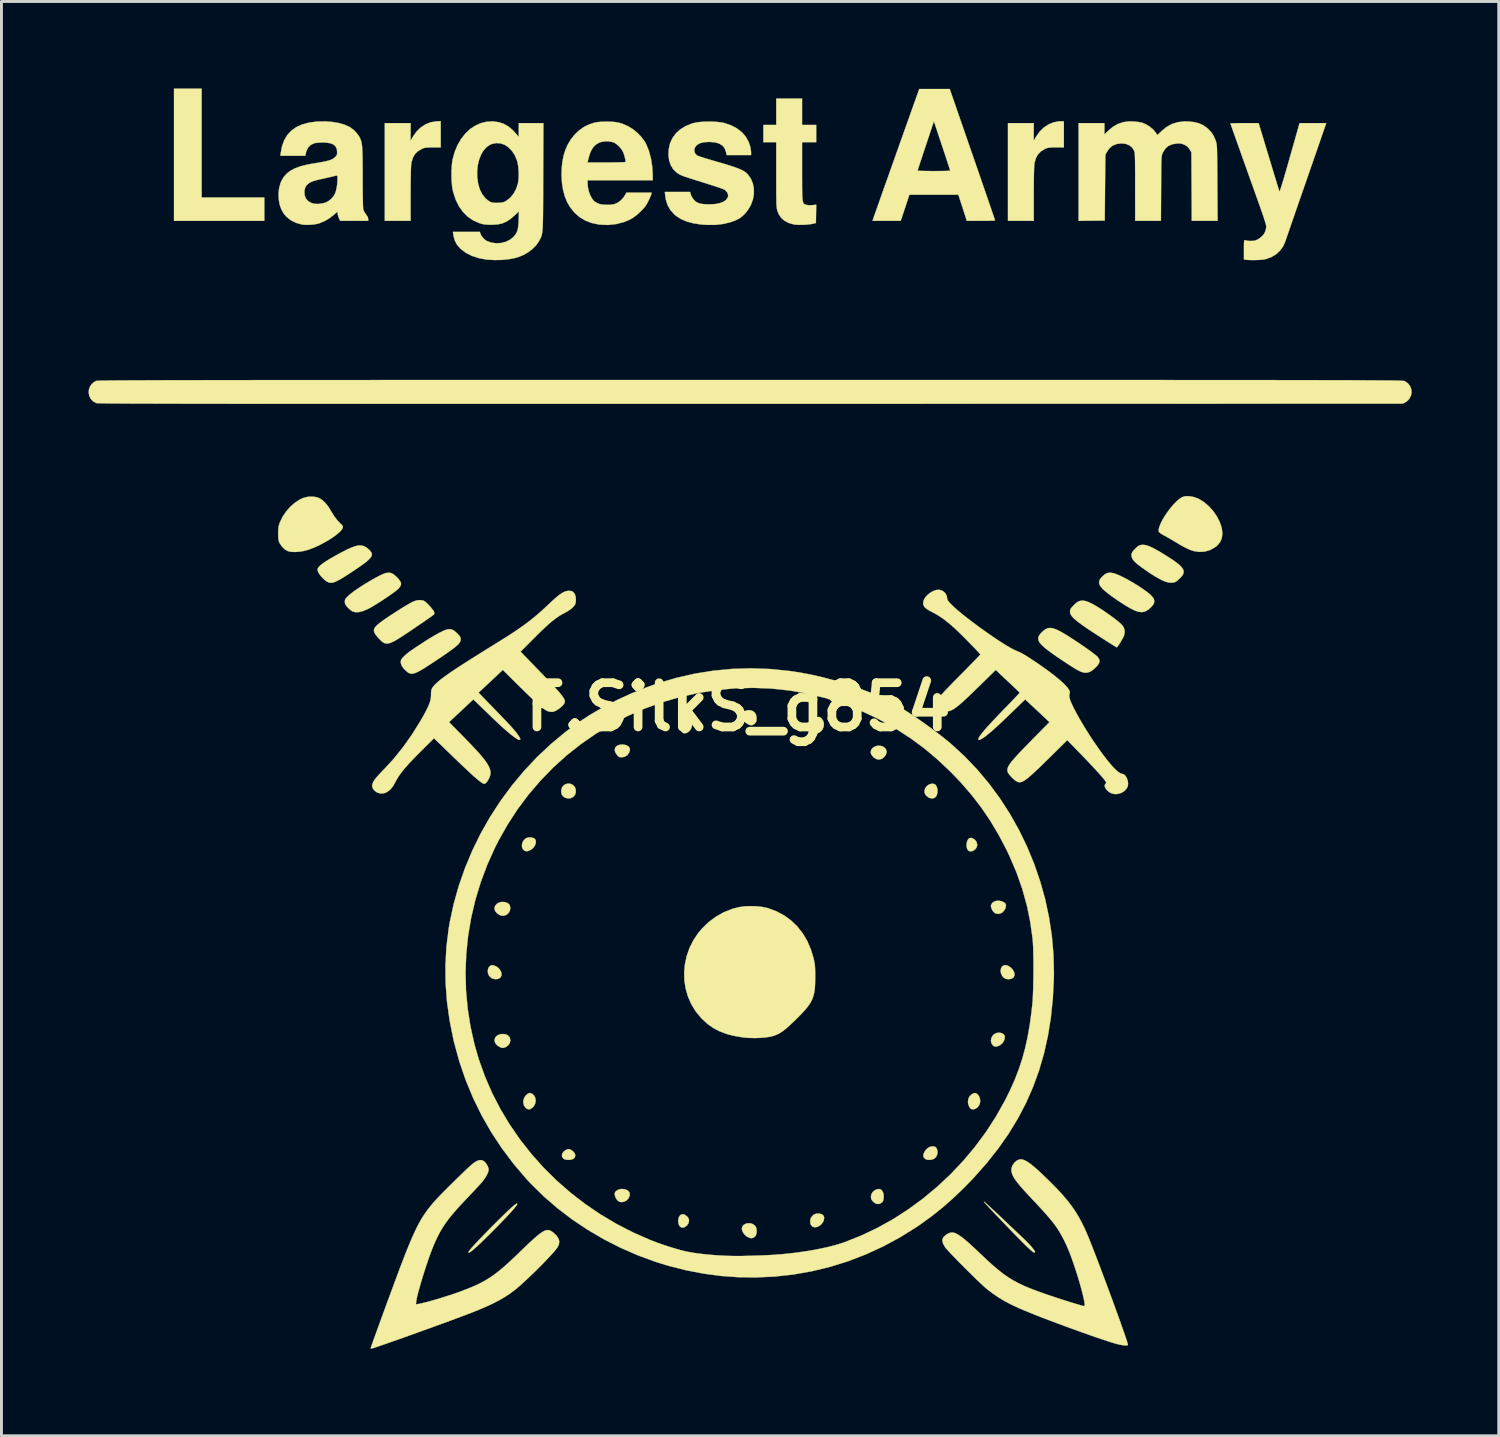
<source format=kicad_pcb>
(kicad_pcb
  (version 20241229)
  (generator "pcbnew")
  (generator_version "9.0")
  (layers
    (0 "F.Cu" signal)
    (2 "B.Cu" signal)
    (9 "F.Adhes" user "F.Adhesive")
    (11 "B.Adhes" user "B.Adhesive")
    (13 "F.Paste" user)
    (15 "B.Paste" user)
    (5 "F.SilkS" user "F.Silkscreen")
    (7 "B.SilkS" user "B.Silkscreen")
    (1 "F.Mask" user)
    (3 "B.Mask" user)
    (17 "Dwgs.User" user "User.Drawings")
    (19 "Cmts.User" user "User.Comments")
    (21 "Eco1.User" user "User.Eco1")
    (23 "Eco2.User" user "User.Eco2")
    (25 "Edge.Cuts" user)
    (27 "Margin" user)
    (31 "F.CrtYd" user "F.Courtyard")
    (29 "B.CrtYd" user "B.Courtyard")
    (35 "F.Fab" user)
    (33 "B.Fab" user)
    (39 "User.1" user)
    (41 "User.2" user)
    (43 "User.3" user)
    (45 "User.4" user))
  (footprint "F.SilkS_g854"
    (layer "F.Cu")
    (at 22.374 21.299)
    (property "Reference" "F.SilkS_g854" (at 0 0 0) (layer "F.SilkS") (effects (font (size 1.524 1.524) (thickness 0.3))))
    (attr through_hole)
    (fp_poly (pts (xy -18.479 -17.547) (xy -16.32 -17.547) (xy -16.32 -16.743) (xy -19.431 -16.743) (xy -19.431 -21.294) (xy -18.479 -21.294) (xy -18.479 -17.547)) (stroke (width 0.01) (type solid)) (fill yes) (layer "F.SilkS"))
    (fp_poly (pts (xy 2.851 0.374) (xy 2.867 0.389) (xy 2.928 0.477) (xy 2.954 0.578) (xy 2.945 0.683) (xy 2.902 0.781) (xy 2.846 0.845) (xy 2.769 0.896) (xy 2.7 0.906) (xy 2.633 0.876) (xy 2.603 0.85) (xy 2.546 0.765) (xy 2.524 0.667) (xy 2.535 0.565) (xy 2.58 0.468) (xy 2.636 0.404) (xy 2.714 0.353) (xy 2.785 0.343) (xy 2.851 0.374)) (stroke (width 0.01) (type solid)) (fill yes) (layer "F.SilkS"))
    (fp_poly (pts (xy 2.881 17.472) (xy 2.94 17.52) (xy 2.963 17.59) (xy 2.949 17.679) (xy 2.929 17.73) (xy 2.873 17.811) (xy 2.798 17.873) (xy 2.713 17.911) (xy 2.628 17.921) (xy 2.569 17.904) (xy 2.515 17.855) (xy 2.484 17.781) (xy 2.479 17.695) (xy 2.501 17.608) (xy 2.518 17.575) (xy 2.589 17.496) (xy 2.681 17.453) (xy 2.788 17.447) (xy 2.881 17.472)) (stroke (width 0.01) (type solid)) (fill yes) (layer "F.SilkS"))
    (fp_poly (pts (xy -8.342 8.932) (xy -8.33 8.938) (xy -8.246 9.001) (xy -8.187 9.078) (xy -8.154 9.159) (xy -8.15 9.238) (xy -8.178 9.305) (xy -8.205 9.333) (xy -8.283 9.37) (xy -8.376 9.376) (xy -8.47 9.351) (xy -8.511 9.328) (xy -8.578 9.261) (xy -8.616 9.175) (xy -8.626 9.082) (xy -8.604 8.993) (xy -8.567 8.938) (xy -8.507 8.898) (xy -8.433 8.896) (xy -8.342 8.932)) (stroke (width 0.01) (type solid)) (fill yes) (layer "F.SilkS"))
    (fp_poly (pts (xy -8.051 6.718) (xy -7.963 6.744) (xy -7.895 6.789) (xy -7.871 6.821) (xy -7.848 6.906) (xy -7.858 6.998) (xy -7.897 7.082) (xy -7.961 7.147) (xy -7.987 7.162) (xy -8.078 7.192) (xy -8.16 7.188) (xy -8.234 7.157) (xy -8.322 7.093) (xy -8.375 7.017) (xy -8.393 6.936) (xy -8.375 6.858) (xy -8.321 6.789) (xy -8.24 6.739) (xy -8.148 6.716) (xy -8.051 6.718)) (stroke (width 0.01) (type solid)) (fill yes) (layer "F.SilkS"))
    (fp_poly (pts (xy -7.127 13.307) (xy -7.105 13.317) (xy -7.033 13.378) (xy -6.989 13.46) (xy -6.974 13.555) (xy -6.988 13.653) (xy -7.032 13.744) (xy -7.081 13.799) (xy -7.158 13.85) (xy -7.227 13.86) (xy -7.294 13.83) (xy -7.324 13.804) (xy -7.381 13.719) (xy -7.403 13.621) (xy -7.392 13.519) (xy -7.347 13.422) (xy -7.291 13.358) (xy -7.229 13.311) (xy -7.178 13.295) (xy -7.127 13.307)) (stroke (width 0.01) (type solid)) (fill yes) (layer "F.SilkS"))
    (fp_poly (pts (xy -5.769 2.648) (xy -5.684 2.692) (xy -5.623 2.762) (xy -5.592 2.851) (xy -5.593 2.948) (xy -5.62 3.028) (xy -5.678 3.097) (xy -5.759 3.14) (xy -5.853 3.152) (xy -5.947 3.131) (xy -5.984 3.113) (xy -6.048 3.061) (xy -6.083 2.999) (xy -6.096 2.913) (xy -6.096 2.892) (xy -6.077 2.794) (xy -6.026 2.715) (xy -5.95 2.661) (xy -5.858 2.638) (xy -5.769 2.648)) (stroke (width 0.01) (type solid)) (fill yes) (layer "F.SilkS"))
    (fp_poly (pts (xy 6.728 2.645) (xy 6.792 2.676) (xy 6.797 2.681) (xy 6.843 2.754) (xy 6.866 2.848) (xy 6.865 2.949) (xy 6.841 3.041) (xy 6.803 3.101) (xy 6.737 3.144) (xy 6.655 3.152) (xy 6.566 3.123) (xy 6.548 3.113) (xy 6.465 3.044) (xy 6.421 2.962) (xy 6.418 2.872) (xy 6.445 2.795) (xy 6.499 2.723) (xy 6.571 2.672) (xy 6.651 2.645) (xy 6.728 2.645)) (stroke (width 0.01) (type solid)) (fill yes) (layer "F.SilkS"))
    (fp_poly (pts (xy 8.106 4.539) (xy 8.168 4.591) (xy 8.213 4.659) (xy 8.234 4.736) (xy 8.234 4.746) (xy 8.218 4.824) (xy 8.178 4.89) (xy 8.12 4.94) (xy 8.054 4.97) (xy 7.987 4.974) (xy 7.929 4.95) (xy 7.903 4.92) (xy 7.874 4.848) (xy 7.865 4.762) (xy 7.875 4.673) (xy 7.9 4.593) (xy 7.94 4.535) (xy 7.971 4.516) (xy 8.037 4.511) (xy 8.106 4.539)) (stroke (width 0.01) (type solid)) (fill yes) (layer "F.SilkS"))
    (fp_poly (pts (xy 8.199 13.309) (xy 8.267 13.361) (xy 8.313 13.44) (xy 8.335 13.536) (xy 8.33 13.636) (xy 8.307 13.705) (xy 8.252 13.783) (xy 8.181 13.837) (xy 8.101 13.861) (xy 8.028 13.85) (xy 7.987 13.815) (xy 7.95 13.752) (xy 7.923 13.675) (xy 7.913 13.599) (xy 7.931 13.486) (xy 7.985 13.392) (xy 8.069 13.325) (xy 8.125 13.3) (xy 8.168 13.298) (xy 8.199 13.309)) (stroke (width 0.01) (type solid)) (fill yes) (layer "F.SilkS"))
    (fp_poly (pts (xy -5.807 15.235) (xy -5.771 15.248) (xy -5.695 15.296) (xy -5.638 15.363) (xy -5.61 15.436) (xy -5.609 15.453) (xy -5.628 15.52) (xy -5.682 15.568) (xy -5.769 15.595) (xy -5.842 15.6) (xy -5.929 15.594) (xy -5.99 15.575) (xy -6.019 15.556) (xy -6.063 15.499) (xy -6.071 15.432) (xy -6.048 15.362) (xy -5.995 15.298) (xy -5.916 15.249) (xy -5.913 15.248) (xy -5.856 15.23) (xy -5.807 15.235)) (stroke (width 0.01) (type solid)) (fill yes) (layer "F.SilkS"))
    (fp_poly (pts (xy -3.907 16.611) (xy -3.865 16.624) (xy -3.782 16.672) (xy -3.738 16.735) (xy -3.733 16.814) (xy -3.735 16.824) (xy -3.774 16.919) (xy -3.84 16.993) (xy -3.924 17.04) (xy -4.016 17.056) (xy -4.098 17.039) (xy -4.155 16.998) (xy -4.205 16.929) (xy -4.24 16.847) (xy -4.249 16.807) (xy -4.251 16.746) (xy -4.233 16.703) (xy -4.202 16.671) (xy -4.119 16.621) (xy -4.016 16.6) (xy -3.907 16.611)) (stroke (width 0.01) (type solid)) (fill yes) (layer "F.SilkS"))
    (fp_poly (pts (xy -3.898 1.304) (xy -3.817 1.333) (xy -3.759 1.378) (xy -3.748 1.394) (xy -3.728 1.451) (xy -3.733 1.512) (xy -3.761 1.582) (xy -3.822 1.664) (xy -3.91 1.717) (xy -4.014 1.736) (xy -4.076 1.73) (xy -4.122 1.706) (xy -4.167 1.661) (xy -4.229 1.57) (xy -4.253 1.485) (xy -4.238 1.409) (xy -4.184 1.347) (xy -4.164 1.333) (xy -4.084 1.302) (xy -3.992 1.293) (xy -3.898 1.304)) (stroke (width 0.01) (type solid)) (fill yes) (layer "F.SilkS"))
    (fp_poly (pts (xy -1.841 17.486) (xy -1.764 17.544) (xy -1.758 17.549) (xy -1.712 17.607) (xy -1.694 17.669) (xy -1.693 17.695) (xy -1.71 17.777) (xy -1.754 17.848) (xy -1.816 17.902) (xy -1.887 17.932) (xy -1.959 17.928) (xy -1.962 17.926) (xy -2.014 17.886) (xy -2.049 17.819) (xy -2.065 17.736) (xy -2.062 17.649) (xy -2.039 17.569) (xy -1.997 17.506) (xy -1.978 17.492) (xy -1.911 17.469) (xy -1.841 17.486)) (stroke (width 0.01) (type solid)) (fill yes) (layer "F.SilkS"))
    (fp_poly (pts (xy 4.983 1.362) (xy 5.018 1.382) (xy 5.086 1.448) (xy 5.114 1.525) (xy 5.101 1.613) (xy 5.088 1.643) (xy 5.025 1.731) (xy 4.946 1.789) (xy 4.856 1.811) (xy 4.765 1.797) (xy 4.752 1.791) (xy 4.668 1.738) (xy 4.604 1.668) (xy 4.568 1.592) (xy 4.564 1.557) (xy 4.582 1.476) (xy 4.633 1.41) (xy 4.708 1.363) (xy 4.797 1.336) (xy 4.891 1.335) (xy 4.983 1.362)) (stroke (width 0.01) (type solid)) (fill yes) (layer "F.SilkS"))
    (fp_poly (pts (xy 9.081 11.235) (xy 9.143 11.274) (xy 9.18 11.33) (xy 9.186 11.37) (xy 9.167 11.473) (xy 9.113 11.567) (xy 9.033 11.642) (xy 8.935 11.688) (xy 8.909 11.695) (xy 8.847 11.698) (xy 8.798 11.677) (xy 8.776 11.659) (xy 8.725 11.59) (xy 8.706 11.504) (xy 8.717 11.415) (xy 8.756 11.332) (xy 8.822 11.266) (xy 8.831 11.261) (xy 8.915 11.226) (xy 9.002 11.219) (xy 9.081 11.235)) (stroke (width 0.01) (type solid)) (fill yes) (layer "F.SilkS"))
    (fp_poly (pts (xy 9.274 8.906) (xy 9.353 8.949) (xy 9.425 9.009) (xy 9.472 9.069) (xy 9.515 9.163) (xy 9.52 9.241) (xy 9.489 9.307) (xy 9.473 9.325) (xy 9.407 9.364) (xy 9.322 9.379) (xy 9.234 9.369) (xy 9.159 9.334) (xy 9.157 9.333) (xy 9.093 9.264) (xy 9.055 9.183) (xy 9.04 9.099) (xy 9.049 9.019) (xy 9.08 8.952) (xy 9.132 8.906) (xy 9.203 8.89) (xy 9.274 8.906)) (stroke (width 0.01) (type solid)) (fill yes) (layer "F.SilkS"))
    (fp_poly (pts (xy -8.026 11.27) (xy -7.936 11.306) (xy -7.875 11.372) (xy -7.863 11.397) (xy -7.846 11.488) (xy -7.866 11.576) (xy -7.92 11.654) (xy -8.002 11.713) (xy -8.029 11.725) (xy -8.088 11.743) (xy -8.136 11.742) (xy -8.195 11.721) (xy -8.202 11.717) (xy -8.299 11.657) (xy -8.361 11.585) (xy -8.389 11.506) (xy -8.384 11.428) (xy -8.348 11.359) (xy -8.28 11.304) (xy -8.182 11.271) (xy -8.143 11.265) (xy -8.026 11.27)) (stroke (width 0.01) (type solid)) (fill yes) (layer "F.SilkS"))
    (fp_poly (pts (xy -7.053 4.513) (xy -7.005 4.541) (xy -6.971 4.598) (xy -6.967 4.672) (xy -6.99 4.751) (xy -7.037 4.829) (xy -7.104 4.895) (xy -7.154 4.927) (xy -7.228 4.96) (xy -7.282 4.971) (xy -7.332 4.961) (xy -7.358 4.949) (xy -7.415 4.901) (xy -7.444 4.831) (xy -7.448 4.749) (xy -7.427 4.665) (xy -7.384 4.588) (xy -7.318 4.528) (xy -7.3 4.518) (xy -7.222 4.495) (xy -7.134 4.494) (xy -7.053 4.513)) (stroke (width 0.01) (type solid)) (fill yes) (layer "F.SilkS"))
    (fp_poly (pts (xy -1.721 0.358) (xy -1.659 0.411) (xy -1.613 0.488) (xy -1.589 0.58) (xy -1.587 0.615) (xy -1.603 0.709) (xy -1.646 0.792) (xy -1.707 0.857) (xy -1.781 0.898) (xy -1.858 0.907) (xy -1.899 0.896) (xy -1.939 0.862) (xy -1.976 0.799) (xy -2.004 0.723) (xy -2.014 0.648) (xy -2.014 0.648) (xy -2 0.551) (xy -1.962 0.463) (xy -1.906 0.393) (xy -1.84 0.349) (xy -1.79 0.339) (xy -1.721 0.358)) (stroke (width 0.01) (type solid)) (fill yes) (layer "F.SilkS"))
    (fp_poly (pts (xy 0.434 17.787) (xy 0.517 17.817) (xy 0.586 17.872) (xy 0.593 17.881) (xy 0.625 17.949) (xy 0.638 18.036) (xy 0.632 18.126) (xy 0.607 18.203) (xy 0.587 18.232) (xy 0.52 18.285) (xy 0.446 18.297) (xy 0.398 18.288) (xy 0.3 18.242) (xy 0.217 18.17) (xy 0.157 18.082) (xy 0.128 17.989) (xy 0.127 17.966) (xy 0.145 17.892) (xy 0.194 17.835) (xy 0.264 17.798) (xy 0.347 17.781) (xy 0.434 17.787)) (stroke (width 0.01) (type solid)) (fill yes) (layer "F.SilkS"))
    (fp_poly (pts (xy 6.795 15.156) (xy 6.834 15.198) (xy 6.859 15.267) (xy 6.866 15.348) (xy 6.857 15.412) (xy 6.813 15.505) (xy 6.74 15.567) (xy 6.64 15.597) (xy 6.591 15.6) (xy 6.516 15.596) (xy 6.466 15.581) (xy 6.425 15.55) (xy 6.421 15.546) (xy 6.383 15.498) (xy 6.376 15.449) (xy 6.379 15.426) (xy 6.416 15.324) (xy 6.477 15.239) (xy 6.555 15.176) (xy 6.642 15.139) (xy 6.73 15.134) (xy 6.795 15.156)) (stroke (width 0.01) (type solid)) (fill yes) (layer "F.SilkS"))
    (fp_poly (pts (xy 9.006 6.676) (xy 9.092 6.699) (xy 9.154 6.729) (xy 9.199 6.764) (xy 9.21 6.777) (xy 9.225 6.847) (xy 9.209 6.927) (xy 9.166 7.006) (xy 9.103 7.073) (xy 9.059 7.102) (xy 8.967 7.13) (xy 8.879 7.117) (xy 8.846 7.102) (xy 8.793 7.057) (xy 8.747 6.989) (xy 8.715 6.914) (xy 8.705 6.847) (xy 8.707 6.831) (xy 8.746 6.756) (xy 8.814 6.703) (xy 8.903 6.676) (xy 9.006 6.676)) (stroke (width 0.01) (type solid)) (fill yes) (layer "F.SilkS"))
    (fp_poly (pts (xy 0.445 0.119) (xy 0.5 0.14) (xy 0.574 0.194) (xy 0.618 0.275) (xy 0.635 0.384) (xy 0.635 0.403) (xy 0.631 0.475) (xy 0.613 0.524) (xy 0.576 0.57) (xy 0.573 0.573) (xy 0.506 0.622) (xy 0.435 0.632) (xy 0.353 0.603) (xy 0.349 0.602) (xy 0.252 0.537) (xy 0.182 0.46) (xy 0.139 0.378) (xy 0.127 0.296) (xy 0.145 0.223) (xy 0.196 0.163) (xy 0.244 0.136) (xy 0.348 0.108) (xy 0.445 0.119)) (stroke (width 0.01) (type solid)) (fill yes) (layer "F.SilkS"))
    (fp_poly (pts (xy 4.888 16.607) (xy 4.9 16.612) (xy 4.963 16.663) (xy 5.001 16.746) (xy 5.014 16.858) (xy 5.012 16.898) (xy 5.003 16.975) (xy 4.987 17.026) (xy 4.957 17.063) (xy 4.945 17.074) (xy 4.868 17.115) (xy 4.784 17.119) (xy 4.731 17.099) (xy 4.686 17.069) (xy 4.635 17.026) (xy 4.63 17.022) (xy 4.584 16.952) (xy 4.572 16.866) (xy 4.593 16.774) (xy 4.615 16.731) (xy 4.669 16.672) (xy 4.742 16.628) (xy 4.82 16.604) (xy 4.888 16.607)) (stroke (width 0.01) (type solid)) (fill yes) (layer "F.SilkS"))
    (fp_poly (pts (xy -10.245 -19.272) (xy -10.515 -19.272) (xy -10.63 -19.272) (xy -10.713 -19.268) (xy -10.774 -19.261) (xy -10.825 -19.249) (xy -10.874 -19.23) (xy -10.901 -19.217) (xy -11.033 -19.139) (xy -11.132 -19.04) (xy -11.204 -18.916) (xy -11.25 -18.761) (xy -11.259 -18.711) (xy -11.265 -18.656) (xy -11.269 -18.563) (xy -11.273 -18.436) (xy -11.277 -18.279) (xy -11.279 -18.097) (xy -11.281 -17.893) (xy -11.282 -17.672) (xy -11.282 -17.658) (xy -11.282 -16.743) (xy -12.171 -16.743) (xy -12.171 -20.108) (xy -11.282 -20.108) (xy -11.282 -19.506) (xy -11.202 -19.642) (xy -11.08 -19.816) (xy -10.935 -19.958) (xy -10.772 -20.065) (xy -10.594 -20.136) (xy -10.417 -20.166) (xy -10.245 -20.178) (xy -10.245 -19.272)) (stroke (width 0.01) (type solid)) (fill yes) (layer "F.SilkS"))
    (fp_poly (pts (xy -7.607 17.116) (xy -7.626 17.156) (xy -7.675 17.222) (xy -7.753 17.316) (xy -7.862 17.438) (xy -8.001 17.587) (xy -8.171 17.764) (xy -8.36 17.958) (xy -8.571 18.17) (xy -8.756 18.352) (xy -8.913 18.503) (xy -9.044 18.623) (xy -9.147 18.712) (xy -9.223 18.769) (xy -9.271 18.795) (xy -9.291 18.789) (xy -9.292 18.782) (xy -9.277 18.751) (xy -9.233 18.693) (xy -9.16 18.608) (xy -9.062 18.499) (xy -8.938 18.367) (xy -8.79 18.213) (xy -8.621 18.039) (xy -8.456 17.873) (xy -8.264 17.681) (xy -8.1 17.52) (xy -7.962 17.386) (xy -7.849 17.28) (xy -7.759 17.2) (xy -7.692 17.145) (xy -7.644 17.113) (xy -7.617 17.103) (xy -7.607 17.116)) (stroke (width 0.01) (type solid)) (fill yes) (layer "F.SilkS"))
    (fp_poly (pts (xy 11.218 -19.272) (xy 10.948 -19.272) (xy 10.833 -19.272) (xy 10.75 -19.268) (xy 10.689 -19.261) (xy 10.638 -19.249) (xy 10.589 -19.23) (xy 10.562 -19.217) (xy 10.428 -19.136) (xy 10.326 -19.03) (xy 10.253 -18.898) (xy 10.208 -18.736) (xy 10.204 -18.711) (xy 10.198 -18.657) (xy 10.194 -18.566) (xy 10.19 -18.441) (xy 10.186 -18.287) (xy 10.184 -18.108) (xy 10.182 -17.909) (xy 10.181 -17.695) (xy 10.181 -17.658) (xy 10.181 -16.743) (xy 9.292 -16.743) (xy 9.292 -20.108) (xy 10.181 -20.108) (xy 10.181 -19.506) (xy 10.261 -19.642) (xy 10.381 -19.813) (xy 10.525 -19.954) (xy 10.687 -20.062) (xy 10.862 -20.135) (xy 11.046 -20.169) (xy 11.107 -20.172) (xy 11.218 -20.172) (xy 11.218 -19.272)) (stroke (width 0.01) (type solid)) (fill yes) (layer "F.SilkS"))
    (fp_poly (pts (xy -12.965 -5.56) (xy -12.878 -5.534) (xy -12.795 -5.486) (xy -12.712 -5.418) (xy -12.659 -5.362) (xy -12.626 -5.309) (xy -12.614 -5.256) (xy -12.626 -5.2) (xy -12.664 -5.138) (xy -12.73 -5.068) (xy -12.824 -4.987) (xy -12.951 -4.892) (xy -13.111 -4.78) (xy -13.245 -4.69) (xy -13.431 -4.568) (xy -13.586 -4.469) (xy -13.715 -4.392) (xy -13.822 -4.336) (xy -13.909 -4.298) (xy -13.982 -4.278) (xy -14.045 -4.275) (xy -14.1 -4.286) (xy -14.152 -4.311) (xy -14.206 -4.347) (xy -14.3 -4.428) (xy -14.38 -4.516) (xy -14.441 -4.602) (xy -14.479 -4.68) (xy -14.488 -4.743) (xy -14.485 -4.757) (xy -14.454 -4.811) (xy -14.395 -4.873) (xy -14.305 -4.944) (xy -14.184 -5.027) (xy -14.028 -5.121) (xy -13.838 -5.229) (xy -13.631 -5.34) (xy -13.45 -5.432) (xy -13.298 -5.499) (xy -13.169 -5.543) (xy -13.06 -5.563) (xy -12.965 -5.56)) (stroke (width 0.01) (type solid)) (fill yes) (layer "F.SilkS"))
    (fp_poly (pts (xy 8.482 17.048) (xy 8.53 17.088) (xy 8.606 17.156) (xy 8.712 17.254) (xy 8.848 17.381) (xy 9.013 17.537) (xy 9.074 17.595) (xy 9.213 17.727) (xy 9.35 17.857) (xy 9.479 17.979) (xy 9.596 18.09) (xy 9.696 18.185) (xy 9.775 18.259) (xy 9.826 18.307) (xy 9.92 18.398) (xy 10.01 18.491) (xy 10.09 18.579) (xy 10.155 18.657) (xy 10.201 18.719) (xy 10.223 18.76) (xy 10.223 18.765) (xy 10.218 18.789) (xy 10.198 18.793) (xy 10.163 18.776) (xy 10.11 18.737) (xy 10.037 18.673) (xy 9.941 18.583) (xy 9.821 18.464) (xy 9.724 18.367) (xy 9.61 18.251) (xy 9.482 18.12) (xy 9.345 17.978) (xy 9.203 17.831) (xy 9.062 17.684) (xy 8.926 17.542) (xy 8.8 17.409) (xy 8.688 17.29) (xy 8.595 17.19) (xy 8.526 17.114) (xy 8.511 17.097) (xy 8.473 17.053) (xy 8.463 17.036) (xy 8.482 17.048)) (stroke (width 0.01) (type solid)) (fill yes) (layer "F.SilkS"))
    (fp_poly (pts (xy 12.933 -4.605) (xy 13.038 -4.57) (xy 13.169 -4.513) (xy 13.318 -4.438) (xy 13.479 -4.351) (xy 13.643 -4.255) (xy 13.803 -4.155) (xy 13.952 -4.055) (xy 14.083 -3.96) (xy 14.188 -3.874) (xy 14.244 -3.82) (xy 14.295 -3.759) (xy 14.321 -3.709) (xy 14.33 -3.654) (xy 14.33 -3.64) (xy 14.325 -3.588) (xy 14.308 -3.543) (xy 14.27 -3.491) (xy 14.229 -3.446) (xy 14.121 -3.347) (xy 14.014 -3.287) (xy 13.904 -3.265) (xy 13.785 -3.279) (xy 13.748 -3.289) (xy 13.637 -3.332) (xy 13.506 -3.398) (xy 13.353 -3.487) (xy 13.172 -3.602) (xy 13.092 -3.656) (xy 12.899 -3.789) (xy 12.743 -3.905) (xy 12.62 -4.005) (xy 12.528 -4.093) (xy 12.468 -4.171) (xy 12.435 -4.242) (xy 12.43 -4.308) (xy 12.449 -4.373) (xy 12.492 -4.439) (xy 12.546 -4.497) (xy 12.639 -4.574) (xy 12.728 -4.616) (xy 12.826 -4.624) (xy 12.933 -4.605)) (stroke (width 0.01) (type solid)) (fill yes) (layer "F.SilkS"))
    (fp_poly (pts (xy 13.983 -5.582) (xy 14.063 -5.567) (xy 14.154 -5.536) (xy 14.262 -5.488) (xy 14.392 -5.419) (xy 14.55 -5.328) (xy 14.594 -5.301) (xy 14.796 -5.176) (xy 14.963 -5.068) (xy 15.096 -4.973) (xy 15.198 -4.891) (xy 15.271 -4.817) (xy 15.318 -4.751) (xy 15.341 -4.689) (xy 15.342 -4.629) (xy 15.323 -4.569) (xy 15.316 -4.554) (xy 15.277 -4.499) (xy 15.216 -4.434) (xy 15.147 -4.37) (xy 15.08 -4.32) (xy 15.037 -4.296) (xy 14.935 -4.277) (xy 14.813 -4.288) (xy 14.684 -4.327) (xy 14.682 -4.328) (xy 14.536 -4.396) (xy 14.37 -4.489) (xy 14.18 -4.61) (xy 14.03 -4.713) (xy 13.881 -4.819) (xy 13.765 -4.908) (xy 13.678 -4.983) (xy 13.617 -5.049) (xy 13.577 -5.108) (xy 13.555 -5.166) (xy 13.547 -5.227) (xy 13.547 -5.239) (xy 13.553 -5.288) (xy 13.576 -5.336) (xy 13.622 -5.395) (xy 13.647 -5.421) (xy 13.73 -5.503) (xy 13.801 -5.555) (xy 13.871 -5.58) (xy 13.95 -5.584) (xy 13.983 -5.582)) (stroke (width 0.01) (type solid)) (fill yes) (layer "F.SilkS"))
    (fp_poly (pts (xy 15.664 -7.238) (xy 15.806 -7.192) (xy 15.856 -7.17) (xy 16.031 -7.065) (xy 16.197 -6.927) (xy 16.347 -6.764) (xy 16.476 -6.583) (xy 16.578 -6.392) (xy 16.646 -6.199) (xy 16.659 -6.143) (xy 16.677 -5.969) (xy 16.658 -5.817) (xy 16.603 -5.684) (xy 16.509 -5.568) (xy 16.425 -5.5) (xy 16.255 -5.405) (xy 16.075 -5.352) (xy 15.887 -5.34) (xy 15.701 -5.367) (xy 15.606 -5.396) (xy 15.497 -5.441) (xy 15.368 -5.505) (xy 15.214 -5.59) (xy 15.047 -5.69) (xy 14.94 -5.754) (xy 14.829 -5.818) (xy 14.728 -5.876) (xy 14.653 -5.916) (xy 14.58 -5.958) (xy 14.522 -5.999) (xy 14.49 -6.03) (xy 14.487 -6.036) (xy 14.483 -6.108) (xy 14.506 -6.205) (xy 14.552 -6.319) (xy 14.616 -6.446) (xy 14.696 -6.581) (xy 14.787 -6.716) (xy 14.887 -6.848) (xy 14.99 -6.97) (xy 15.093 -7.077) (xy 15.193 -7.163) (xy 15.285 -7.223) (xy 15.295 -7.228) (xy 15.399 -7.257) (xy 15.525 -7.26) (xy 15.664 -7.238)) (stroke (width 0.01) (type solid)) (fill yes) (layer "F.SilkS"))
    (fp_poly (pts (xy -11.961 -4.615) (xy -11.873 -4.572) (xy -11.779 -4.493) (xy -11.771 -4.486) (xy -11.683 -4.392) (xy -11.63 -4.313) (xy -11.61 -4.244) (xy -11.624 -4.179) (xy -11.67 -4.109) (xy -11.712 -4.063) (xy -11.767 -4.016) (xy -11.851 -3.952) (xy -11.957 -3.875) (xy -12.08 -3.79) (xy -12.213 -3.701) (xy -12.348 -3.613) (xy -12.479 -3.531) (xy -12.599 -3.458) (xy -12.702 -3.4) (xy -12.753 -3.374) (xy -12.918 -3.304) (xy -13.064 -3.267) (xy -13.188 -3.264) (xy -13.287 -3.293) (xy -13.338 -3.327) (xy -13.401 -3.381) (xy -13.451 -3.43) (xy -13.504 -3.492) (xy -13.533 -3.539) (xy -13.545 -3.586) (xy -13.547 -3.623) (xy -13.544 -3.67) (xy -13.533 -3.707) (xy -13.506 -3.747) (xy -13.458 -3.797) (xy -13.412 -3.841) (xy -13.332 -3.909) (xy -13.224 -3.991) (xy -13.094 -4.08) (xy -12.95 -4.175) (xy -12.798 -4.269) (xy -12.645 -4.36) (xy -12.499 -4.443) (xy -12.365 -4.514) (xy -12.251 -4.569) (xy -12.164 -4.603) (xy -12.156 -4.606) (xy -12.052 -4.625) (xy -11.961 -4.615)) (stroke (width 0.01) (type solid)) (fill yes) (layer "F.SilkS"))
    (fp_poly (pts (xy 10.864 -2.702) (xy 10.991 -2.653) (xy 11.059 -2.62) (xy 11.149 -2.571) (xy 11.261 -2.505) (xy 11.39 -2.425) (xy 11.53 -2.335) (xy 11.676 -2.239) (xy 11.822 -2.141) (xy 11.963 -2.043) (xy 12.093 -1.951) (xy 12.206 -1.868) (xy 12.298 -1.797) (xy 12.362 -1.743) (xy 12.383 -1.721) (xy 12.434 -1.645) (xy 12.448 -1.571) (xy 12.423 -1.495) (xy 12.36 -1.409) (xy 12.35 -1.399) (xy 12.24 -1.292) (xy 12.139 -1.222) (xy 12.043 -1.185) (xy 11.946 -1.179) (xy 11.89 -1.188) (xy 11.838 -1.203) (xy 11.78 -1.225) (xy 11.713 -1.258) (xy 11.631 -1.303) (xy 11.53 -1.365) (xy 11.405 -1.445) (xy 11.251 -1.546) (xy 11.194 -1.583) (xy 10.985 -1.724) (xy 10.81 -1.847) (xy 10.667 -1.952) (xy 10.554 -2.042) (xy 10.469 -2.119) (xy 10.408 -2.185) (xy 10.393 -2.205) (xy 10.346 -2.285) (xy 10.332 -2.36) (xy 10.351 -2.435) (xy 10.405 -2.516) (xy 10.493 -2.606) (xy 10.579 -2.674) (xy 10.665 -2.713) (xy 10.757 -2.722) (xy 10.864 -2.702)) (stroke (width 0.01) (type solid)) (fill yes) (layer "F.SilkS"))
    (fp_poly (pts (xy 11.955 -3.65) (xy 12.061 -3.615) (xy 12.188 -3.555) (xy 12.341 -3.469) (xy 12.52 -3.356) (xy 12.594 -3.306) (xy 12.795 -3.167) (xy 12.963 -3.044) (xy 13.098 -2.937) (xy 13.197 -2.847) (xy 13.254 -2.782) (xy 13.303 -2.683) (xy 13.314 -2.571) (xy 13.289 -2.453) (xy 13.268 -2.407) (xy 13.23 -2.336) (xy 13.185 -2.259) (xy 13.138 -2.183) (xy 13.094 -2.118) (xy 13.061 -2.072) (xy 13.042 -2.053) (xy 13.041 -2.053) (xy 13.02 -2.064) (xy 12.968 -2.095) (xy 12.892 -2.142) (xy 12.795 -2.202) (xy 12.685 -2.271) (xy 12.632 -2.305) (xy 12.388 -2.462) (xy 12.178 -2.599) (xy 11.999 -2.718) (xy 11.85 -2.822) (xy 11.728 -2.911) (xy 11.631 -2.989) (xy 11.555 -3.057) (xy 11.5 -3.117) (xy 11.463 -3.17) (xy 11.44 -3.219) (xy 11.431 -3.266) (xy 11.43 -3.284) (xy 11.434 -3.333) (xy 11.451 -3.376) (xy 11.486 -3.425) (xy 11.541 -3.485) (xy 11.624 -3.568) (xy 11.694 -3.62) (xy 11.762 -3.65) (xy 11.837 -3.661) (xy 11.869 -3.662) (xy 11.955 -3.65)) (stroke (width 0.01) (type solid)) (fill yes) (layer "F.SilkS"))
    (fp_poly (pts (xy -14.523 -7.226) (xy -14.442 -7.198) (xy -14.326 -7.128) (xy -14.212 -7.021) (xy -14.104 -6.882) (xy -14.034 -6.765) (xy -13.916 -6.572) (xy -13.791 -6.411) (xy -13.688 -6.307) (xy -13.639 -6.259) (xy -13.616 -6.223) (xy -13.615 -6.187) (xy -13.618 -6.173) (xy -13.651 -6.108) (xy -13.719 -6.032) (xy -13.816 -5.948) (xy -13.937 -5.858) (xy -14.077 -5.765) (xy -14.231 -5.675) (xy -14.393 -5.588) (xy -14.559 -5.51) (xy -14.724 -5.443) (xy -14.798 -5.416) (xy -14.945 -5.376) (xy -15.099 -5.349) (xy -15.248 -5.337) (xy -15.383 -5.341) (xy -15.492 -5.362) (xy -15.507 -5.367) (xy -15.608 -5.423) (xy -15.702 -5.511) (xy -15.78 -5.62) (xy -15.795 -5.649) (xy -15.817 -5.7) (xy -15.831 -5.751) (xy -15.839 -5.814) (xy -15.842 -5.901) (xy -15.842 -5.98) (xy -15.84 -6.092) (xy -15.834 -6.176) (xy -15.822 -6.245) (xy -15.801 -6.312) (xy -15.785 -6.354) (xy -15.691 -6.549) (xy -15.568 -6.732) (xy -15.423 -6.898) (xy -15.262 -7.038) (xy -15.091 -7.148) (xy -14.968 -7.203) (xy -14.821 -7.239) (xy -14.668 -7.246) (xy -14.523 -7.226)) (stroke (width 0.01) (type solid)) (fill yes) (layer "F.SilkS"))
    (fp_poly (pts (xy -10.849 -3.665) (xy -10.819 -3.653) (xy -10.767 -3.616) (xy -10.701 -3.555) (xy -10.629 -3.481) (xy -10.562 -3.404) (xy -10.508 -3.333) (xy -10.478 -3.283) (xy -10.462 -3.234) (xy -10.467 -3.202) (xy -10.49 -3.176) (xy -10.52 -3.152) (xy -10.579 -3.109) (xy -10.664 -3.05) (xy -10.768 -2.977) (xy -10.887 -2.895) (xy -11.015 -2.808) (xy -11.147 -2.718) (xy -11.278 -2.629) (xy -11.403 -2.545) (xy -11.517 -2.47) (xy -11.614 -2.406) (xy -11.69 -2.358) (xy -11.703 -2.35) (xy -11.841 -2.269) (xy -11.953 -2.215) (xy -12.046 -2.187) (xy -12.124 -2.184) (xy -12.193 -2.203) (xy -12.224 -2.219) (xy -12.283 -2.265) (xy -12.353 -2.333) (xy -12.425 -2.412) (xy -12.486 -2.49) (xy -12.525 -2.553) (xy -12.526 -2.554) (xy -12.544 -2.606) (xy -12.545 -2.657) (xy -12.527 -2.71) (xy -12.487 -2.768) (xy -12.421 -2.833) (xy -12.327 -2.909) (xy -12.203 -2.999) (xy -12.046 -3.106) (xy -11.991 -3.143) (xy -11.776 -3.283) (xy -11.593 -3.399) (xy -11.44 -3.493) (xy -11.315 -3.565) (xy -11.216 -3.618) (xy -11.167 -3.64) (xy -11.058 -3.673) (xy -10.947 -3.681) (xy -10.849 -3.665)) (stroke (width 0.01) (type solid)) (fill yes) (layer "F.SilkS"))
    (fp_poly (pts (xy 2.201 -20.045) (xy 2.688 -20.045) (xy 2.688 -19.452) (xy 2.201 -19.452) (xy 2.201 -18.457) (xy 2.201 -18.21) (xy 2.202 -18.003) (xy 2.203 -17.83) (xy 2.206 -17.69) (xy 2.21 -17.578) (xy 2.216 -17.491) (xy 2.225 -17.426) (xy 2.237 -17.379) (xy 2.253 -17.346) (xy 2.272 -17.324) (xy 2.296 -17.31) (xy 2.324 -17.3) (xy 2.349 -17.293) (xy 2.431 -17.281) (xy 2.53 -17.282) (xy 2.562 -17.284) (xy 2.689 -17.299) (xy 2.683 -16.984) (xy 2.678 -16.669) (xy 2.572 -16.642) (xy 2.477 -16.625) (xy 2.356 -16.613) (xy 2.223 -16.606) (xy 2.094 -16.605) (xy 1.982 -16.61) (xy 1.928 -16.617) (xy 1.749 -16.666) (xy 1.598 -16.744) (xy 1.479 -16.85) (xy 1.392 -16.982) (xy 1.355 -17.076) (xy 1.345 -17.108) (xy 1.337 -17.142) (xy 1.331 -17.18) (xy 1.326 -17.227) (xy 1.321 -17.286) (xy 1.318 -17.362) (xy 1.316 -17.458) (xy 1.314 -17.578) (xy 1.313 -17.726) (xy 1.313 -17.905) (xy 1.312 -18.12) (xy 1.312 -18.333) (xy 1.312 -19.452) (xy 0.868 -19.452) (xy 0.868 -20.045) (xy 1.312 -20.045) (xy 1.312 -20.955) (xy 2.201 -20.955) (xy 2.201 -20.045)) (stroke (width 0.01) (type solid)) (fill yes) (layer "F.SilkS"))
    (fp_poly (pts (xy -9.862 -2.668) (xy -9.784 -2.627) (xy -9.698 -2.554) (xy -9.673 -2.529) (xy -9.613 -2.465) (xy -9.578 -2.419) (xy -9.562 -2.377) (xy -9.558 -2.33) (xy -9.558 -2.329) (xy -9.562 -2.289) (xy -9.575 -2.248) (xy -9.602 -2.205) (xy -9.643 -2.156) (xy -9.703 -2.1) (xy -9.784 -2.034) (xy -9.888 -1.956) (xy -10.018 -1.863) (xy -10.178 -1.753) (xy -10.37 -1.624) (xy -10.462 -1.562) (xy -10.649 -1.44) (xy -10.804 -1.34) (xy -10.933 -1.263) (xy -11.039 -1.206) (xy -11.126 -1.168) (xy -11.198 -1.148) (xy -11.258 -1.144) (xy -11.31 -1.154) (xy -11.359 -1.178) (xy -11.397 -1.205) (xy -11.507 -1.307) (xy -11.581 -1.408) (xy -11.617 -1.505) (xy -11.62 -1.541) (xy -11.617 -1.592) (xy -11.604 -1.634) (xy -11.572 -1.677) (xy -11.517 -1.736) (xy -11.509 -1.743) (xy -11.466 -1.786) (xy -11.42 -1.826) (xy -11.367 -1.869) (xy -11.302 -1.917) (xy -11.22 -1.974) (xy -11.118 -2.044) (xy -10.989 -2.128) (xy -10.83 -2.232) (xy -10.816 -2.241) (xy -10.614 -2.369) (xy -10.433 -2.477) (xy -10.276 -2.563) (xy -10.147 -2.625) (xy -10.047 -2.663) (xy -10.029 -2.668) (xy -9.941 -2.681) (xy -9.862 -2.668)) (stroke (width 0.01) (type solid)) (fill yes) (layer "F.SilkS"))
    (fp_poly (pts (xy 0.621 6.865) (xy 0.822 6.886) (xy 1.001 6.923) (xy 1.027 6.93) (xy 1.315 7.037) (xy 1.581 7.179) (xy 1.821 7.353) (xy 2.035 7.559) (xy 2.222 7.794) (xy 2.378 8.057) (xy 2.504 8.347) (xy 2.598 8.661) (xy 2.599 8.665) (xy 2.618 8.753) (xy 2.633 8.83) (xy 2.643 8.906) (xy 2.649 8.991) (xy 2.652 9.093) (xy 2.654 9.222) (xy 2.654 9.313) (xy 2.651 9.509) (xy 2.642 9.678) (xy 2.623 9.826) (xy 2.591 9.959) (xy 2.544 10.083) (xy 2.48 10.204) (xy 2.394 10.326) (xy 2.285 10.457) (xy 2.15 10.602) (xy 1.986 10.766) (xy 1.935 10.816) (xy 1.787 10.956) (xy 1.662 11.068) (xy 1.551 11.156) (xy 1.451 11.223) (xy 1.356 11.275) (xy 1.258 11.316) (xy 1.256 11.317) (xy 1.123 11.354) (xy 0.958 11.381) (xy 0.768 11.398) (xy 0.564 11.404) (xy 0.354 11.398) (xy 0.296 11.395) (xy 0.15 11.379) (xy -0.015 11.352) (xy -0.182 11.319) (xy -0.333 11.281) (xy -0.405 11.26) (xy -0.644 11.169) (xy -0.854 11.06) (xy -1.044 10.927) (xy -1.227 10.761) (xy -1.282 10.705) (xy -1.467 10.479) (xy -1.616 10.234) (xy -1.73 9.973) (xy -1.808 9.701) (xy -1.852 9.421) (xy -1.86 9.136) (xy -1.832 8.851) (xy -1.77 8.57) (xy -1.673 8.295) (xy -1.54 8.032) (xy -1.373 7.783) (xy -1.244 7.63) (xy -1.016 7.41) (xy -0.766 7.224) (xy -0.498 7.072) (xy -0.216 6.959) (xy 0.021 6.896) (xy 0.205 6.869) (xy 0.41 6.859) (xy 0.621 6.865)) (stroke (width 0.01) (type solid)) (fill yes) (layer "F.SilkS"))
    (fp_poly (pts (xy 8.067 -19.029) (xy 8.17 -18.732) (xy 8.269 -18.446) (xy 8.363 -18.174) (xy 8.451 -17.918) (xy 8.533 -17.681) (xy 8.607 -17.465) (xy 8.673 -17.273) (xy 8.729 -17.108) (xy 8.776 -16.971) (xy 8.812 -16.866) (xy 8.835 -16.796) (xy 8.847 -16.762) (xy 8.847 -16.759) (xy 8.827 -16.754) (xy 8.771 -16.75) (xy 8.684 -16.747) (xy 8.572 -16.744) (xy 8.442 -16.743) (xy 8.361 -16.743) (xy 7.875 -16.743) (xy 7.73 -17.193) (xy 7.585 -17.642) (xy 5.898 -17.642) (xy 5.749 -17.193) (xy 5.599 -16.743) (xy 4.631 -16.743) (xy 4.643 -16.79) (xy 4.652 -16.816) (xy 4.674 -16.88) (xy 4.708 -16.977) (xy 4.754 -17.107) (xy 4.81 -17.267) (xy 4.876 -17.453) (xy 4.95 -17.664) (xy 5.032 -17.896) (xy 5.122 -18.147) (xy 5.217 -18.415) (xy 5.237 -18.473) (xy 6.181 -18.473) (xy 6.201 -18.469) (xy 6.258 -18.465) (xy 6.346 -18.462) (xy 6.461 -18.46) (xy 6.595 -18.458) (xy 6.742 -18.457) (xy 6.891 -18.458) (xy 7.025 -18.459) (xy 7.139 -18.462) (xy 7.227 -18.465) (xy 7.283 -18.469) (xy 7.303 -18.473) (xy 7.296 -18.496) (xy 7.278 -18.554) (xy 7.248 -18.645) (xy 7.21 -18.762) (xy 7.164 -18.903) (xy 7.111 -19.063) (xy 7.053 -19.237) (xy 7.022 -19.33) (xy 6.742 -20.172) (xy 6.461 -19.331) (xy 6.401 -19.151) (xy 6.346 -18.983) (xy 6.296 -18.832) (xy 6.253 -18.702) (xy 6.219 -18.597) (xy 6.195 -18.522) (xy 6.182 -18.48) (xy 6.181 -18.473) (xy 5.237 -18.473) (xy 5.317 -18.697) (xy 5.421 -18.99) (xy 5.446 -19.061) (xy 6.236 -21.283) (xy 7.287 -21.283) (xy 8.067 -19.029)) (stroke (width 0.01) (type solid)) (fill yes) (layer "F.SilkS"))
    (fp_poly (pts (xy 13.619 -20.165) (xy 13.721 -20.156) (xy 13.822 -20.141) (xy 13.904 -20.125) (xy 13.92 -20.12) (xy 14.046 -20.067) (xy 14.172 -19.989) (xy 14.285 -19.896) (xy 14.365 -19.805) (xy 14.44 -19.696) (xy 14.584 -19.836) (xy 14.755 -19.976) (xy 14.94 -20.078) (xy 15.142 -20.141) (xy 15.362 -20.167) (xy 15.514 -20.165) (xy 15.708 -20.143) (xy 15.871 -20.102) (xy 16.013 -20.039) (xy 16.141 -19.95) (xy 16.197 -19.901) (xy 16.303 -19.785) (xy 16.385 -19.655) (xy 16.45 -19.498) (xy 16.453 -19.488) (xy 16.462 -19.46) (xy 16.47 -19.431) (xy 16.477 -19.397) (xy 16.482 -19.356) (xy 16.487 -19.303) (xy 16.491 -19.236) (xy 16.494 -19.151) (xy 16.496 -19.044) (xy 16.498 -18.912) (xy 16.5 -18.752) (xy 16.502 -18.56) (xy 16.504 -18.333) (xy 16.505 -18.067) (xy 16.505 -18.05) (xy 16.513 -16.743) (xy 15.623 -16.743) (xy 15.617 -17.923) (xy 15.61 -19.103) (xy 15.552 -19.202) (xy 15.5 -19.274) (xy 15.435 -19.327) (xy 15.377 -19.358) (xy 15.308 -19.389) (xy 15.249 -19.405) (xy 15.183 -19.409) (xy 15.107 -19.405) (xy 14.951 -19.38) (xy 14.824 -19.326) (xy 14.722 -19.24) (xy 14.64 -19.118) (xy 14.622 -19.082) (xy 14.611 -19.058) (xy 14.602 -19.034) (xy 14.595 -19.007) (xy 14.589 -18.973) (xy 14.584 -18.928) (xy 14.58 -18.869) (xy 14.576 -18.791) (xy 14.574 -18.691) (xy 14.572 -18.566) (xy 14.571 -18.412) (xy 14.569 -18.225) (xy 14.568 -18.001) (xy 14.567 -17.859) (xy 14.561 -16.743) (xy 13.674 -16.743) (xy 13.673 -17.912) (xy 13.673 -18.166) (xy 13.673 -18.38) (xy 13.672 -18.56) (xy 13.671 -18.707) (xy 13.669 -18.827) (xy 13.667 -18.922) (xy 13.664 -18.995) (xy 13.66 -19.051) (xy 13.655 -19.093) (xy 13.649 -19.124) (xy 13.642 -19.148) (xy 13.634 -19.167) (xy 13.565 -19.271) (xy 13.467 -19.348) (xy 13.347 -19.395) (xy 13.21 -19.411) (xy 13.061 -19.394) (xy 13.009 -19.38) (xy 12.886 -19.326) (xy 12.789 -19.245) (xy 12.71 -19.132) (xy 12.647 -19.018) (xy 12.636 -17.886) (xy 12.626 -16.753) (xy 12.176 -16.748) (xy 11.726 -16.742) (xy 11.726 -20.108) (xy 12.615 -20.108) (xy 12.615 -19.718) (xy 12.737 -19.838) (xy 12.903 -19.979) (xy 13.077 -20.079) (xy 13.264 -20.142) (xy 13.469 -20.168) (xy 13.619 -20.165)) (stroke (width 0.01) (type solid)) (fill yes) (layer "F.SilkS"))
    (fp_poly (pts (xy 17.979 -19.934) (xy 17.995 -19.878) (xy 18.023 -19.787) (xy 18.06 -19.664) (xy 18.105 -19.516) (xy 18.156 -19.347) (xy 18.212 -19.162) (xy 18.272 -18.965) (xy 18.329 -18.775) (xy 18.389 -18.578) (xy 18.445 -18.393) (xy 18.497 -18.223) (xy 18.543 -18.073) (xy 18.581 -17.947) (xy 18.612 -17.849) (xy 18.632 -17.784) (xy 18.642 -17.754) (xy 18.643 -17.753) (xy 18.652 -17.765) (xy 18.672 -17.816) (xy 18.702 -17.908) (xy 18.743 -18.039) (xy 18.795 -18.21) (xy 18.856 -18.419) (xy 18.927 -18.667) (xy 18.997 -18.912) (xy 19.336 -20.108) (xy 20.255 -20.108) (xy 20.088 -19.627) (xy 20.054 -19.526) (xy 20.007 -19.39) (xy 19.949 -19.223) (xy 19.882 -19.03) (xy 19.807 -18.814) (xy 19.726 -18.582) (xy 19.641 -18.336) (xy 19.553 -18.081) (xy 19.463 -17.823) (xy 19.393 -17.621) (xy 19.308 -17.377) (xy 19.227 -17.143) (xy 19.151 -16.923) (xy 19.081 -16.721) (xy 19.018 -16.538) (xy 18.964 -16.38) (xy 18.918 -16.248) (xy 18.883 -16.146) (xy 18.86 -16.078) (xy 18.849 -16.045) (xy 18.849 -16.044) (xy 18.776 -15.874) (xy 18.669 -15.723) (xy 18.532 -15.596) (xy 18.371 -15.497) (xy 18.189 -15.43) (xy 18.095 -15.41) (xy 18.011 -15.401) (xy 17.901 -15.395) (xy 17.778 -15.392) (xy 17.656 -15.392) (xy 17.55 -15.396) (xy 17.478 -15.403) (xy 17.42 -15.412) (xy 17.42 -15.752) (xy 17.42 -15.878) (xy 17.422 -15.969) (xy 17.425 -16.028) (xy 17.43 -16.062) (xy 17.439 -16.077) (xy 17.451 -16.079) (xy 17.457 -16.077) (xy 17.536 -16.058) (xy 17.636 -16.049) (xy 17.737 -16.053) (xy 17.811 -16.065) (xy 17.896 -16.103) (xy 17.986 -16.164) (xy 18.067 -16.237) (xy 18.125 -16.311) (xy 18.13 -16.321) (xy 18.153 -16.379) (xy 18.176 -16.454) (xy 18.183 -16.484) (xy 18.187 -16.502) (xy 18.189 -16.521) (xy 18.189 -16.542) (xy 18.186 -16.57) (xy 18.179 -16.605) (xy 18.167 -16.652) (xy 18.149 -16.712) (xy 18.125 -16.788) (xy 18.094 -16.882) (xy 18.055 -16.998) (xy 18.006 -17.138) (xy 17.948 -17.304) (xy 17.879 -17.499) (xy 17.798 -17.725) (xy 17.705 -17.986) (xy 17.598 -18.284) (xy 17.58 -18.336) (xy 17.487 -18.597) (xy 17.398 -18.846) (xy 17.314 -19.081) (xy 17.237 -19.298) (xy 17.166 -19.496) (xy 17.105 -19.67) (xy 17.052 -19.819) (xy 17.01 -19.939) (xy 16.979 -20.027) (xy 16.96 -20.081) (xy 16.954 -20.097) (xy 16.975 -20.1) (xy 17.031 -20.103) (xy 17.118 -20.106) (xy 17.23 -20.107) (xy 17.36 -20.108) (xy 17.44 -20.108) (xy 17.926 -20.108) (xy 17.979 -19.934)) (stroke (width 0.01) (type solid)) (fill yes) (layer "F.SilkS"))
    (fp_poly (pts (xy -4.359 -20.156) (xy -4.217 -20.143) (xy -4.092 -20.119) (xy -3.969 -20.079) (xy -3.837 -20.022) (xy -3.789 -19.999) (xy -3.63 -19.903) (xy -3.476 -19.778) (xy -3.337 -19.635) (xy -3.223 -19.482) (xy -3.17 -19.389) (xy -3.073 -19.149) (xy -3.002 -18.883) (xy -2.958 -18.598) (xy -2.942 -18.303) (xy -2.942 -18.299) (xy -2.942 -18.14) (xy -5.186 -18.14) (xy -5.186 -18.028) (xy -5.174 -17.892) (xy -5.142 -17.753) (xy -5.094 -17.623) (xy -5.033 -17.51) (xy -4.965 -17.427) (xy -4.947 -17.411) (xy -4.879 -17.369) (xy -4.801 -17.332) (xy -4.785 -17.325) (xy -4.706 -17.307) (xy -4.601 -17.297) (xy -4.485 -17.294) (xy -4.374 -17.299) (xy -4.284 -17.312) (xy -4.272 -17.315) (xy -4.145 -17.37) (xy -4.029 -17.458) (xy -3.934 -17.569) (xy -3.918 -17.595) (xy -3.846 -17.716) (xy -2.98 -17.716) (xy -2.993 -17.658) (xy -3.008 -17.614) (xy -3.038 -17.543) (xy -3.076 -17.46) (xy -3.094 -17.422) (xy -3.147 -17.322) (xy -3.205 -17.236) (xy -3.277 -17.15) (xy -3.353 -17.072) (xy -3.491 -16.945) (xy -3.624 -16.847) (xy -3.766 -16.769) (xy -3.93 -16.703) (xy -3.942 -16.699) (xy -4.21 -16.63) (xy -4.487 -16.601) (xy -4.772 -16.614) (xy -4.801 -16.617) (xy -5.047 -16.669) (xy -5.27 -16.755) (xy -5.47 -16.877) (xy -5.644 -17.032) (xy -5.794 -17.222) (xy -5.892 -17.392) (xy -5.97 -17.583) (xy -6.029 -17.802) (xy -6.067 -18.042) (xy -6.084 -18.293) (xy -6.078 -18.546) (xy -6.074 -18.598) (xy -6.055 -18.754) (xy -5.187 -18.754) (xy -4.53 -18.754) (xy -4.343 -18.754) (xy -4.183 -18.756) (xy -4.053 -18.759) (xy -3.956 -18.763) (xy -3.895 -18.768) (xy -3.874 -18.774) (xy -3.873 -18.774) (xy -3.88 -18.825) (xy -3.896 -18.9) (xy -3.919 -18.985) (xy -3.944 -19.064) (xy -3.96 -19.108) (xy -4.016 -19.204) (xy -4.095 -19.3) (xy -4.185 -19.381) (xy -4.275 -19.438) (xy -4.293 -19.445) (xy -4.407 -19.474) (xy -4.537 -19.483) (xy -4.665 -19.472) (xy -4.774 -19.442) (xy -4.784 -19.438) (xy -4.894 -19.374) (xy -4.985 -19.286) (xy -5.059 -19.171) (xy -5.119 -19.024) (xy -5.168 -18.84) (xy -5.174 -18.812) (xy -5.187 -18.754) (xy -6.055 -18.754) (xy -6.047 -18.812) (xy -6.01 -18.997) (xy -5.957 -19.167) (xy -5.886 -19.335) (xy -5.871 -19.366) (xy -5.768 -19.541) (xy -5.638 -19.704) (xy -5.491 -19.848) (xy -5.335 -19.963) (xy -5.249 -20.01) (xy -5.115 -20.07) (xy -4.991 -20.113) (xy -4.865 -20.14) (xy -4.725 -20.155) (xy -4.557 -20.16) (xy -4.53 -20.16) (xy -4.359 -20.156)) (stroke (width 0.01) (type solid)) (fill yes) (layer "F.SilkS"))
    (fp_poly (pts (xy -0.906 -20.16) (xy -0.736 -20.151) (xy -0.584 -20.134) (xy -0.476 -20.112) (xy -0.243 -20.032) (xy -0.041 -19.926) (xy 0.127 -19.796) (xy 0.261 -19.643) (xy 0.36 -19.466) (xy 0.412 -19.314) (xy 0.43 -19.228) (xy 0.442 -19.142) (xy 0.445 -19.098) (xy 0.445 -19.008) (xy -0.395 -19.008) (xy -0.422 -19.125) (xy -0.466 -19.243) (xy -0.542 -19.336) (xy -0.649 -19.402) (xy -0.789 -19.444) (xy -0.964 -19.461) (xy -1.005 -19.461) (xy -1.176 -19.451) (xy -1.311 -19.418) (xy -1.412 -19.362) (xy -1.479 -19.283) (xy -1.503 -19.23) (xy -1.511 -19.144) (xy -1.482 -19.063) (xy -1.42 -18.999) (xy -1.388 -18.981) (xy -1.35 -18.967) (xy -1.277 -18.943) (xy -1.175 -18.91) (xy -1.049 -18.872) (xy -0.904 -18.829) (xy -0.748 -18.783) (xy -0.685 -18.765) (xy -0.461 -18.7) (xy -0.275 -18.642) (xy -0.121 -18.592) (xy 0.004 -18.546) (xy 0.105 -18.503) (xy 0.185 -18.461) (xy 0.25 -18.419) (xy 0.302 -18.374) (xy 0.335 -18.34) (xy 0.439 -18.192) (xy 0.507 -18.026) (xy 0.541 -17.847) (xy 0.541 -17.662) (xy 0.507 -17.475) (xy 0.44 -17.293) (xy 0.34 -17.121) (xy 0.241 -16.998) (xy 0.151 -16.909) (xy 0.06 -16.839) (xy -0.043 -16.781) (xy -0.17 -16.729) (xy -0.247 -16.702) (xy -0.502 -16.637) (xy -0.783 -16.604) (xy -1.09 -16.604) (xy -1.291 -16.619) (xy -1.548 -16.659) (xy -1.778 -16.722) (xy -1.977 -16.808) (xy -2.142 -16.915) (xy -2.198 -16.963) (xy -2.333 -17.114) (xy -2.429 -17.28) (xy -2.489 -17.466) (xy -2.51 -17.599) (xy -2.525 -17.738) (xy -1.654 -17.738) (xy -1.641 -17.676) (xy -1.608 -17.589) (xy -1.552 -17.5) (xy -1.485 -17.425) (xy -1.425 -17.382) (xy -1.351 -17.35) (xy -1.27 -17.329) (xy -1.172 -17.317) (xy -1.046 -17.312) (xy -0.969 -17.312) (xy -0.784 -17.322) (xy -0.628 -17.353) (xy -0.503 -17.402) (xy -0.412 -17.468) (xy -0.357 -17.55) (xy -0.347 -17.579) (xy -0.349 -17.653) (xy -0.383 -17.73) (xy -0.443 -17.796) (xy -0.488 -17.826) (xy -0.527 -17.842) (xy -0.6 -17.868) (xy -0.703 -17.903) (xy -0.829 -17.945) (xy -0.974 -17.991) (xy -1.132 -18.041) (xy -1.212 -18.066) (xy -1.41 -18.128) (xy -1.571 -18.179) (xy -1.701 -18.22) (xy -1.805 -18.255) (xy -1.885 -18.283) (xy -1.948 -18.308) (xy -1.998 -18.33) (xy -2.038 -18.352) (xy -2.075 -18.376) (xy -2.111 -18.402) (xy -2.128 -18.414) (xy -2.24 -18.524) (xy -2.323 -18.662) (xy -2.377 -18.825) (xy -2.401 -19.008) (xy -2.392 -19.207) (xy -2.391 -19.212) (xy -2.346 -19.413) (xy -2.263 -19.595) (xy -2.146 -19.755) (xy -1.995 -19.892) (xy -1.812 -20.005) (xy -1.599 -20.092) (xy -1.53 -20.112) (xy -1.406 -20.137) (xy -1.253 -20.153) (xy -1.082 -20.161) (xy -0.906 -20.16)) (stroke (width 0.01) (type solid)) (fill yes) (layer "F.SilkS"))
    (fp_poly (pts (xy -13.982 -20.15) (xy -13.765 -20.114) (xy -13.572 -20.06) (xy -13.408 -19.99) (xy -13.352 -19.958) (xy -13.24 -19.87) (xy -13.136 -19.763) (xy -13.055 -19.651) (xy -13.039 -19.621) (xy -13.016 -19.574) (xy -12.997 -19.526) (xy -12.981 -19.474) (xy -12.968 -19.413) (xy -12.957 -19.34) (xy -12.949 -19.25) (xy -12.943 -19.141) (xy -12.939 -19.008) (xy -12.936 -18.846) (xy -12.934 -18.654) (xy -12.933 -18.425) (xy -12.933 -18.227) (xy -12.933 -17.956) (xy -12.931 -17.726) (xy -12.929 -17.535) (xy -12.926 -17.381) (xy -12.922 -17.264) (xy -12.917 -17.181) (xy -12.911 -17.131) (xy -12.908 -17.121) (xy -12.879 -17.054) (xy -12.833 -16.982) (xy -12.813 -16.956) (xy -12.757 -16.872) (xy -12.742 -16.808) (xy -12.742 -16.743) (xy -13.708 -16.743) (xy -13.744 -16.817) (xy -13.772 -16.891) (xy -13.792 -16.97) (xy -13.792 -16.975) (xy -13.806 -17.059) (xy -13.932 -16.945) (xy -14.08 -16.831) (xy -14.249 -16.733) (xy -14.422 -16.66) (xy -14.456 -16.649) (xy -14.571 -16.625) (xy -14.708 -16.609) (xy -14.848 -16.604) (xy -14.974 -16.61) (xy -15.021 -16.616) (xy -15.223 -16.672) (xy -15.402 -16.76) (xy -15.554 -16.88) (xy -15.652 -16.992) (xy -15.735 -17.138) (xy -15.793 -17.308) (xy -15.825 -17.495) (xy -15.831 -17.687) (xy -15.823 -17.758) (xy -14.94 -17.758) (xy -14.932 -17.626) (xy -14.89 -17.515) (xy -14.817 -17.428) (xy -14.718 -17.366) (xy -14.595 -17.33) (xy -14.452 -17.324) (xy -14.293 -17.349) (xy -14.215 -17.371) (xy -14.115 -17.421) (xy -14.017 -17.5) (xy -13.933 -17.597) (xy -13.885 -17.681) (xy -13.85 -17.786) (xy -13.822 -17.919) (xy -13.805 -18.065) (xy -13.801 -18.179) (xy -13.802 -18.252) (xy -13.806 -18.291) (xy -13.819 -18.305) (xy -13.842 -18.302) (xy -13.848 -18.3) (xy -13.888 -18.29) (xy -13.958 -18.273) (xy -14.048 -18.252) (xy -14.129 -18.234) (xy -14.24 -18.209) (xy -14.351 -18.184) (xy -14.448 -18.162) (xy -14.495 -18.151) (xy -14.652 -18.106) (xy -14.771 -18.05) (xy -14.856 -17.98) (xy -14.91 -17.894) (xy -14.937 -17.788) (xy -14.94 -17.758) (xy -15.823 -17.758) (xy -15.809 -17.876) (xy -15.76 -18.051) (xy -15.734 -18.112) (xy -15.654 -18.25) (xy -15.551 -18.369) (xy -15.421 -18.469) (xy -15.262 -18.553) (xy -15.071 -18.622) (xy -14.844 -18.679) (xy -14.668 -18.711) (xy -14.479 -18.742) (xy -14.327 -18.769) (xy -14.206 -18.794) (xy -14.111 -18.818) (xy -14.038 -18.841) (xy -13.982 -18.867) (xy -13.936 -18.895) (xy -13.903 -18.921) (xy -13.851 -18.97) (xy -13.824 -19.01) (xy -13.814 -19.058) (xy -13.813 -19.117) (xy -13.826 -19.226) (xy -13.869 -19.311) (xy -13.942 -19.374) (xy -14.049 -19.416) (xy -14.19 -19.437) (xy -14.309 -19.442) (xy -14.411 -19.438) (xy -14.51 -19.43) (xy -14.589 -19.418) (xy -14.61 -19.412) (xy -14.721 -19.359) (xy -14.808 -19.273) (xy -14.867 -19.158) (xy -14.882 -19.105) (xy -14.908 -18.986) (xy -15.765 -18.986) (xy -15.755 -19.076) (xy -15.711 -19.312) (xy -15.636 -19.518) (xy -15.532 -19.695) (xy -15.396 -19.844) (xy -15.229 -19.965) (xy -15.031 -20.057) (xy -14.801 -20.122) (xy -14.539 -20.159) (xy -14.457 -20.165) (xy -14.215 -20.167) (xy -13.982 -20.15)) (stroke (width 0.01) (type solid)) (fill yes) (layer "F.SilkS"))
    (fp_poly (pts (xy -8.435 -20.166) (xy -8.244 -20.14) (xy -8.073 -20.084) (xy -7.916 -19.995) (xy -7.766 -19.87) (xy -7.636 -19.727) (xy -7.557 -19.632) (xy -7.557 -19.87) (xy -7.556 -20.108) (xy -6.708 -20.108) (xy -6.715 -18.251) (xy -6.716 -17.921) (xy -6.717 -17.63) (xy -6.718 -17.377) (xy -6.719 -17.156) (xy -6.721 -16.967) (xy -6.723 -16.806) (xy -6.727 -16.67) (xy -6.731 -16.556) (xy -6.737 -16.462) (xy -6.744 -16.385) (xy -6.752 -16.321) (xy -6.762 -16.268) (xy -6.775 -16.223) (xy -6.789 -16.183) (xy -6.806 -16.146) (xy -6.826 -16.108) (xy -6.848 -16.067) (xy -6.863 -16.038) (xy -6.956 -15.903) (xy -7.083 -15.774) (xy -7.237 -15.658) (xy -7.41 -15.561) (xy -7.595 -15.487) (xy -7.673 -15.465) (xy -7.891 -15.422) (xy -8.133 -15.398) (xy -8.382 -15.392) (xy -8.623 -15.405) (xy -8.687 -15.412) (xy -8.939 -15.46) (xy -9.166 -15.534) (xy -9.367 -15.634) (xy -9.535 -15.757) (xy -9.579 -15.799) (xy -9.686 -15.924) (xy -9.758 -16.059) (xy -9.802 -16.214) (xy -9.809 -16.261) (xy -9.824 -16.362) (xy -8.895 -16.362) (xy -8.882 -16.313) (xy -8.847 -16.234) (xy -8.785 -16.153) (xy -8.708 -16.082) (xy -8.651 -16.046) (xy -8.494 -15.991) (xy -8.327 -15.97) (xy -8.159 -15.981) (xy -7.999 -16.023) (xy -7.854 -16.095) (xy -7.743 -16.185) (xy -7.679 -16.259) (xy -7.632 -16.335) (xy -7.599 -16.42) (xy -7.578 -16.525) (xy -7.565 -16.657) (xy -7.56 -16.774) (xy -7.551 -17.07) (xy -7.698 -16.932) (xy -7.841 -16.808) (xy -7.978 -16.718) (xy -8.117 -16.657) (xy -8.271 -16.622) (xy -8.449 -16.609) (xy -8.52 -16.608) (xy -8.638 -16.611) (xy -8.729 -16.618) (xy -8.809 -16.633) (xy -8.893 -16.658) (xy -8.918 -16.666) (xy -9.128 -16.759) (xy -9.316 -16.887) (xy -9.478 -17.049) (xy -9.616 -17.242) (xy -9.727 -17.467) (xy -9.811 -17.721) (xy -9.835 -17.823) (xy -9.856 -17.957) (xy -9.869 -18.121) (xy -9.875 -18.3) (xy -9.873 -18.467) (xy -8.989 -18.467) (xy -8.988 -18.266) (xy -8.959 -18.038) (xy -8.903 -17.838) (xy -8.82 -17.668) (xy -8.712 -17.53) (xy -8.69 -17.508) (xy -8.607 -17.438) (xy -8.534 -17.393) (xy -8.456 -17.369) (xy -8.36 -17.361) (xy -8.275 -17.363) (xy -8.175 -17.369) (xy -8.104 -17.38) (xy -8.046 -17.4) (xy -7.998 -17.425) (xy -7.859 -17.531) (xy -7.742 -17.669) (xy -7.65 -17.836) (xy -7.587 -18.025) (xy -7.586 -18.029) (xy -7.567 -18.151) (xy -7.559 -18.298) (xy -7.562 -18.455) (xy -7.574 -18.609) (xy -7.597 -18.747) (xy -7.621 -18.835) (xy -7.698 -19.011) (xy -7.797 -19.159) (xy -7.912 -19.276) (xy -8.04 -19.36) (xy -8.178 -19.41) (xy -8.322 -19.422) (xy -8.468 -19.395) (xy -8.544 -19.365) (xy -8.662 -19.286) (xy -8.766 -19.172) (xy -8.852 -19.029) (xy -8.919 -18.86) (xy -8.966 -18.671) (xy -8.989 -18.467) (xy -9.873 -18.467) (xy -9.872 -18.482) (xy -9.863 -18.654) (xy -9.845 -18.803) (xy -9.835 -18.859) (xy -9.764 -19.116) (xy -9.666 -19.351) (xy -9.544 -19.561) (xy -9.401 -19.744) (xy -9.239 -19.898) (xy -9.06 -20.019) (xy -8.868 -20.106) (xy -8.664 -20.156) (xy -8.453 -20.167) (xy -8.435 -20.166)) (stroke (width 0.01) (type solid)) (fill yes) (layer "F.SilkS"))
    (fp_poly (pts (xy 9.791 15.586) (xy 9.875 15.616) (xy 9.971 15.67) (xy 10.084 15.75) (xy 10.216 15.858) (xy 10.37 15.996) (xy 10.52 16.137) (xy 10.764 16.375) (xy 10.978 16.592) (xy 11.165 16.794) (xy 11.329 16.986) (xy 11.473 17.172) (xy 11.602 17.356) (xy 11.718 17.545) (xy 11.826 17.742) (xy 11.93 17.953) (xy 11.98 18.065) (xy 12.023 18.164) (xy 12.077 18.293) (xy 12.139 18.448) (xy 12.208 18.625) (xy 12.285 18.822) (xy 12.367 19.035) (xy 12.453 19.26) (xy 12.541 19.496) (xy 12.632 19.737) (xy 12.723 19.982) (xy 12.814 20.227) (xy 12.903 20.468) (xy 12.988 20.702) (xy 13.07 20.927) (xy 13.146 21.138) (xy 13.215 21.334) (xy 13.277 21.509) (xy 13.33 21.662) (xy 13.372 21.788) (xy 13.403 21.885) (xy 13.421 21.95) (xy 13.426 21.978) (xy 13.425 21.979) (xy 13.39 21.99) (xy 13.322 21.99) (xy 13.232 21.98) (xy 13.128 21.961) (xy 13.033 21.938) (xy 12.899 21.899) (xy 12.73 21.846) (xy 12.532 21.78) (xy 12.31 21.705) (xy 12.069 21.621) (xy 11.814 21.53) (xy 11.549 21.435) (xy 11.28 21.337) (xy 11.012 21.237) (xy 10.75 21.139) (xy 10.498 21.043) (xy 10.262 20.951) (xy 10.048 20.865) (xy 9.859 20.788) (xy 9.701 20.72) (xy 9.694 20.718) (xy 9.426 20.593) (xy 9.189 20.47) (xy 8.971 20.34) (xy 8.763 20.197) (xy 8.572 20.053) (xy 8.509 19.999) (xy 8.423 19.921) (xy 8.319 19.823) (xy 8.2 19.71) (xy 8.072 19.585) (xy 7.937 19.452) (xy 7.8 19.316) (xy 7.665 19.18) (xy 7.537 19.049) (xy 7.418 18.927) (xy 7.314 18.817) (xy 7.228 18.724) (xy 7.164 18.653) (xy 7.127 18.606) (xy 7.126 18.604) (xy 7.061 18.492) (xy 7.033 18.397) (xy 7.042 18.316) (xy 7.088 18.242) (xy 7.173 18.172) (xy 7.192 18.16) (xy 7.251 18.127) (xy 7.311 18.107) (xy 7.372 18.101) (xy 7.439 18.111) (xy 7.513 18.14) (xy 7.598 18.188) (xy 7.697 18.257) (xy 7.813 18.349) (xy 7.948 18.466) (xy 8.105 18.609) (xy 8.287 18.781) (xy 8.382 18.871) (xy 8.591 19.068) (xy 8.782 19.24) (xy 8.96 19.391) (xy 9.131 19.525) (xy 9.3 19.643) (xy 9.474 19.75) (xy 9.657 19.848) (xy 9.855 19.942) (xy 10.074 20.033) (xy 10.319 20.126) (xy 10.595 20.224) (xy 10.81 20.297) (xy 10.972 20.351) (xy 11.136 20.404) (xy 11.298 20.456) (xy 11.453 20.504) (xy 11.594 20.547) (xy 11.717 20.584) (xy 11.816 20.612) (xy 11.886 20.631) (xy 11.922 20.637) (xy 11.922 20.637) (xy 11.934 20.618) (xy 11.934 20.562) (xy 11.921 20.474) (xy 11.898 20.357) (xy 11.865 20.215) (xy 11.822 20.051) (xy 11.772 19.87) (xy 11.714 19.675) (xy 11.65 19.47) (xy 11.63 19.408) (xy 11.554 19.179) (xy 11.486 18.984) (xy 11.423 18.815) (xy 11.362 18.664) (xy 11.3 18.524) (xy 11.235 18.387) (xy 11.195 18.309) (xy 11.131 18.19) (xy 11.068 18.079) (xy 11.001 17.973) (xy 10.927 17.866) (xy 10.843 17.755) (xy 10.745 17.635) (xy 10.631 17.502) (xy 10.497 17.351) (xy 10.339 17.18) (xy 10.158 16.986) (xy 9.996 16.813) (xy 9.861 16.666) (xy 9.75 16.541) (xy 9.66 16.435) (xy 9.588 16.343) (xy 9.531 16.264) (xy 9.486 16.192) (xy 9.47 16.164) (xy 9.419 16.035) (xy 9.41 15.913) (xy 9.442 15.8) (xy 9.515 15.696) (xy 9.59 15.631) (xy 9.651 15.596) (xy 9.718 15.58) (xy 9.791 15.586)) (stroke (width 0.01) (type solid)) (fill yes) (layer "F.SilkS"))
    (fp_poly (pts (xy -8.816 15.613) (xy -8.745 15.653) (xy -8.675 15.731) (xy -8.622 15.823) (xy -8.595 15.915) (xy -8.594 15.94) (xy -8.608 16.012) (xy -8.648 16.105) (xy -8.709 16.211) (xy -8.787 16.32) (xy -8.829 16.372) (xy -8.875 16.424) (xy -8.944 16.5) (xy -9.032 16.595) (xy -9.131 16.701) (xy -9.237 16.813) (xy -9.298 16.877) (xy -9.503 17.094) (xy -9.681 17.289) (xy -9.834 17.465) (xy -9.966 17.628) (xy -10.08 17.783) (xy -10.181 17.935) (xy -10.272 18.089) (xy -10.356 18.25) (xy -10.436 18.423) (xy -10.51 18.595) (xy -10.562 18.728) (xy -10.62 18.885) (xy -10.681 19.06) (xy -10.744 19.247) (xy -10.807 19.44) (xy -10.868 19.634) (xy -10.924 19.821) (xy -10.975 19.998) (xy -11.019 20.156) (xy -11.053 20.291) (xy -11.076 20.397) (xy -11.085 20.454) (xy -11.098 20.577) (xy -11.015 20.563) (xy -10.899 20.539) (xy -10.751 20.503) (xy -10.578 20.456) (xy -10.389 20.402) (xy -10.19 20.342) (xy -9.989 20.278) (xy -9.794 20.214) (xy -9.612 20.15) (xy -9.561 20.132) (xy -9.331 20.044) (xy -9.126 19.959) (xy -8.939 19.874) (xy -8.766 19.784) (xy -8.601 19.687) (xy -8.438 19.578) (xy -8.274 19.454) (xy -8.102 19.312) (xy -7.917 19.148) (xy -7.714 18.959) (xy -7.525 18.777) (xy -7.335 18.593) (xy -7.171 18.438) (xy -7.032 18.311) (xy -6.913 18.208) (xy -6.812 18.129) (xy -6.727 18.072) (xy -6.654 18.036) (xy -6.59 18.018) (xy -6.532 18.017) (xy -6.479 18.032) (xy -6.426 18.061) (xy -6.37 18.101) (xy -6.363 18.107) (xy -6.254 18.211) (xy -6.187 18.312) (xy -6.161 18.413) (xy -6.175 18.515) (xy -6.219 18.607) (xy -6.27 18.676) (xy -6.348 18.77) (xy -6.449 18.883) (xy -6.569 19.011) (xy -6.702 19.15) (xy -6.846 19.296) (xy -6.995 19.444) (xy -7.146 19.59) (xy -7.294 19.729) (xy -7.434 19.858) (xy -7.562 19.972) (xy -7.674 20.066) (xy -7.711 20.095) (xy -7.871 20.213) (xy -8.04 20.324) (xy -8.223 20.431) (xy -8.427 20.537) (xy -8.656 20.644) (xy -8.917 20.756) (xy -9.116 20.836) (xy -9.231 20.881) (xy -9.374 20.936) (xy -9.54 20.998) (xy -9.727 21.068) (xy -9.931 21.143) (xy -10.147 21.223) (xy -10.374 21.305) (xy -10.607 21.39) (xy -10.843 21.475) (xy -11.078 21.56) (xy -11.309 21.643) (xy -11.532 21.723) (xy -11.745 21.798) (xy -11.942 21.868) (xy -12.122 21.931) (xy -12.279 21.985) (xy -12.412 22.031) (xy -12.516 22.065) (xy -12.588 22.088) (xy -12.624 22.098) (xy -12.627 22.098) (xy -12.654 22.091) (xy -12.658 22.085) (xy -12.65 22.061) (xy -12.629 22) (xy -12.596 21.904) (xy -12.55 21.776) (xy -12.492 21.618) (xy -12.425 21.432) (xy -12.348 21.221) (xy -12.263 20.987) (xy -12.17 20.733) (xy -12.07 20.46) (xy -11.964 20.173) (xy -11.886 19.962) (xy -11.752 19.599) (xy -11.63 19.273) (xy -11.518 18.982) (xy -11.416 18.721) (xy -11.321 18.489) (xy -11.233 18.282) (xy -11.15 18.097) (xy -11.07 17.931) (xy -10.993 17.782) (xy -10.916 17.646) (xy -10.838 17.521) (xy -10.758 17.403) (xy -10.675 17.29) (xy -10.586 17.178) (xy -10.491 17.064) (xy -10.485 17.057) (xy -10.421 16.986) (xy -10.336 16.895) (xy -10.232 16.787) (xy -10.114 16.667) (xy -9.986 16.539) (xy -9.853 16.407) (xy -9.718 16.275) (xy -9.586 16.146) (xy -9.461 16.026) (xy -9.348 15.918) (xy -9.249 15.827) (xy -9.17 15.756) (xy -9.114 15.709) (xy -9.099 15.698) (xy -8.989 15.634) (xy -8.896 15.606) (xy -8.816 15.613)) (stroke (width 0.01) (type solid)) (fill yes) (layer "F.SilkS"))
    (fp_poly (pts (xy 2.728 -11.261) (xy 3.819 -11.261) (xy 4.87 -11.261) (xy 5.881 -11.261) (xy 6.854 -11.261) (xy 7.789 -11.261) (xy 8.687 -11.261) (xy 9.549 -11.26) (xy 10.375 -11.26) (xy 11.167 -11.26) (xy 11.924 -11.26) (xy 12.648 -11.26) (xy 13.339 -11.26) (xy 13.999 -11.26) (xy 14.628 -11.26) (xy 15.226 -11.259) (xy 15.795 -11.259) (xy 16.335 -11.259) (xy 16.847 -11.259) (xy 17.331 -11.258) (xy 17.79 -11.258) (xy 18.222 -11.258) (xy 18.629 -11.257) (xy 19.013 -11.257) (xy 19.372 -11.256) (xy 19.709 -11.256) (xy 20.024 -11.255) (xy 20.318 -11.255) (xy 20.591 -11.254) (xy 20.844 -11.253) (xy 21.079 -11.253) (xy 21.295 -11.252) (xy 21.493 -11.251) (xy 21.675 -11.25) (xy 21.841 -11.249) (xy 21.992 -11.248) (xy 22.128 -11.247) (xy 22.251 -11.246) (xy 22.36 -11.245) (xy 22.458 -11.244) (xy 22.544 -11.243) (xy 22.619 -11.242) (xy 22.684 -11.24) (xy 22.74 -11.239) (xy 22.788 -11.237) (xy 22.828 -11.236) (xy 22.861 -11.234) (xy 22.887 -11.233) (xy 22.909 -11.231) (xy 22.925 -11.229) (xy 22.938 -11.227) (xy 22.947 -11.225) (xy 22.955 -11.223) (xy 22.96 -11.221) (xy 22.964 -11.219) (xy 23.07 -11.144) (xy 23.145 -11.046) (xy 23.187 -10.932) (xy 23.193 -10.811) (xy 23.174 -10.729) (xy 23.117 -10.613) (xy 23.034 -10.527) (xy 22.98 -10.493) (xy 22.892 -10.446) (xy 0.434 -10.441) (xy -0.76 -10.441) (xy -1.913 -10.441) (xy -3.024 -10.441) (xy -4.096 -10.441) (xy -5.127 -10.44) (xy -6.12 -10.44) (xy -7.075 -10.44) (xy -7.993 -10.44) (xy -8.873 -10.44) (xy -9.718 -10.44) (xy -10.528 -10.44) (xy -11.303 -10.44) (xy -12.044 -10.44) (xy -12.752 -10.44) (xy -13.427 -10.441) (xy -14.071 -10.441) (xy -14.683 -10.441) (xy -15.265 -10.441) (xy -15.818 -10.441) (xy -16.341 -10.442) (xy -16.837 -10.442) (xy -17.304 -10.442) (xy -17.745 -10.443) (xy -18.16 -10.443) (xy -18.549 -10.444) (xy -18.914 -10.444) (xy -19.255 -10.445) (xy -19.572 -10.446) (xy -19.867 -10.446) (xy -20.139 -10.447) (xy -20.391 -10.448) (xy -20.622 -10.448) (xy -20.833 -10.449) (xy -21.025 -10.45) (xy -21.199 -10.451) (xy -21.355 -10.452) (xy -21.494 -10.453) (xy -21.617 -10.454) (xy -21.724 -10.455) (xy -21.817 -10.457) (xy -21.895 -10.458) (xy -21.959 -10.459) (xy -22.011 -10.46) (xy -22.051 -10.462) (xy -22.08 -10.463) (xy -22.098 -10.465) (xy -22.105 -10.466) (xy -22.214 -10.524) (xy -22.295 -10.607) (xy -22.346 -10.706) (xy -22.369 -10.815) (xy -22.362 -10.926) (xy -22.326 -11.032) (xy -22.261 -11.127) (xy -22.166 -11.202) (xy -22.114 -11.228) (xy -22.107 -11.23) (xy -22.095 -11.231) (xy -22.075 -11.233) (xy -22.049 -11.234) (xy -22.014 -11.236) (xy -21.97 -11.237) (xy -21.917 -11.239) (xy -21.854 -11.24) (xy -21.78 -11.241) (xy -21.694 -11.243) (xy -21.595 -11.244) (xy -21.483 -11.245) (xy -21.358 -11.246) (xy -21.217 -11.247) (xy -21.061 -11.248) (xy -20.889 -11.249) (xy -20.7 -11.25) (xy -20.493 -11.25) (xy -20.268 -11.251) (xy -20.024 -11.252) (xy -19.76 -11.253) (xy -19.476 -11.253) (xy -19.17 -11.254) (xy -18.842 -11.255) (xy -18.491 -11.255) (xy -18.116 -11.256) (xy -17.718 -11.256) (xy -17.294 -11.257) (xy -16.845 -11.257) (xy -16.369 -11.258) (xy -15.866 -11.258) (xy -15.334 -11.258) (xy -14.775 -11.259) (xy -14.185 -11.259) (xy -13.566 -11.259) (xy -12.915 -11.259) (xy -12.233 -11.26) (xy -11.519 -11.26) (xy -10.771 -11.26) (xy -9.99 -11.26) (xy -9.174 -11.26) (xy -8.323 -11.26) (xy -7.435 -11.26) (xy -6.511 -11.26) (xy -5.549 -11.261) (xy -4.549 -11.261) (xy -3.51 -11.261) (xy -2.431 -11.261) (xy -1.311 -11.261) (xy -0.151 -11.261) (xy 0.423 -11.261) (xy 1.597 -11.261) (xy 2.728 -11.261)) (stroke (width 0.01) (type solid)) (fill yes) (layer "F.SilkS"))
    (fp_poly (pts (xy -5.734 -3.99) (xy -5.677 -3.958) (xy -5.63 -3.893) (xy -5.623 -3.88) (xy -5.599 -3.805) (xy -5.589 -3.709) (xy -5.593 -3.613) (xy -5.608 -3.548) (xy -5.655 -3.472) (xy -5.737 -3.392) (xy -5.849 -3.311) (xy -5.969 -3.243) (xy -6.081 -3.183) (xy -6.19 -3.116) (xy -6.302 -3.037) (xy -6.421 -2.943) (xy -6.552 -2.83) (xy -6.698 -2.695) (xy -6.864 -2.535) (xy -7.012 -2.387) (xy -7.494 -1.904) (xy -6.819 -1.207) (xy -6.63 -1.012) (xy -6.47 -0.843) (xy -6.336 -0.7) (xy -6.226 -0.579) (xy -6.139 -0.477) (xy -6.072 -0.394) (xy -6.024 -0.326) (xy -5.992 -0.27) (xy -5.974 -0.225) (xy -5.969 -0.19) (xy -5.989 -0.119) (xy -6.048 -0.041) (xy -6.149 0.044) (xy -6.205 0.084) (xy -6.285 0.133) (xy -6.349 0.159) (xy -6.41 0.169) (xy -6.428 0.169) (xy -6.477 0.166) (xy -6.527 0.155) (xy -6.581 0.135) (xy -6.641 0.102) (xy -6.711 0.054) (xy -6.792 -0.01) (xy -6.889 -0.092) (xy -7.002 -0.196) (xy -7.137 -0.323) (xy -7.294 -0.475) (xy -7.478 -0.655) (xy -7.53 -0.706) (xy -8.106 -1.276) (xy -8.387 -1.012) (xy -8.489 -0.916) (xy -8.592 -0.819) (xy -8.687 -0.731) (xy -8.765 -0.657) (xy -8.805 -0.62) (xy -8.942 -0.492) (xy -8.411 0.056) (xy -8.248 0.224) (xy -8.112 0.366) (xy -7.998 0.484) (xy -7.905 0.583) (xy -7.829 0.665) (xy -7.767 0.734) (xy -7.715 0.794) (xy -7.67 0.848) (xy -7.63 0.9) (xy -7.603 0.936) (xy -7.544 1.021) (xy -7.511 1.079) (xy -7.504 1.116) (xy -7.516 1.133) (xy -7.552 1.132) (xy -7.615 1.102) (xy -7.703 1.044) (xy -7.813 0.96) (xy -7.943 0.853) (xy -8.092 0.723) (xy -8.255 0.574) (xy -8.433 0.405) (xy -8.456 0.383) (xy -8.567 0.275) (xy -8.679 0.166) (xy -8.785 0.064) (xy -8.877 -0.025) (xy -8.948 -0.094) (xy -8.958 -0.103) (xy -9.121 -0.261) (xy -9.389 -0.009) (xy -9.491 0.087) (xy -9.595 0.185) (xy -9.693 0.276) (xy -9.774 0.352) (xy -9.808 0.383) (xy -9.958 0.523) (xy -9.429 1.06) (xy -9.224 1.272) (xy -9.048 1.457) (xy -8.901 1.62) (xy -8.781 1.763) (xy -8.686 1.888) (xy -8.615 1.998) (xy -8.567 2.096) (xy -8.538 2.184) (xy -8.529 2.266) (xy -8.537 2.343) (xy -8.561 2.418) (xy -8.585 2.468) (xy -8.636 2.558) (xy -8.68 2.613) (xy -8.72 2.64) (xy -8.751 2.646) (xy -8.784 2.637) (xy -8.832 2.609) (xy -8.898 2.561) (xy -8.984 2.492) (xy -9.091 2.4) (xy -9.22 2.283) (xy -9.373 2.14) (xy -9.553 1.97) (xy -9.76 1.771) (xy -9.807 1.726) (xy -10.476 1.079) (xy -10.951 1.55) (xy -11.152 1.753) (xy -11.322 1.932) (xy -11.465 2.092) (xy -11.582 2.236) (xy -11.678 2.366) (xy -11.754 2.487) (xy -11.809 2.591) (xy -11.892 2.737) (xy -11.988 2.851) (xy -12.094 2.931) (xy -12.204 2.975) (xy -12.317 2.982) (xy -12.427 2.949) (xy -12.457 2.933) (xy -12.543 2.865) (xy -12.594 2.786) (xy -12.607 2.703) (xy -12.604 2.682) (xy -12.587 2.625) (xy -12.558 2.565) (xy -12.514 2.497) (xy -12.451 2.418) (xy -12.365 2.322) (xy -12.254 2.205) (xy -12.188 2.138) (xy -11.856 1.776) (xy -11.536 1.376) (xy -11.229 0.941) (xy -10.939 0.476) (xy -10.831 0.286) (xy -10.739 0.115) (xy -10.67 -0.029) (xy -10.622 -0.152) (xy -10.592 -0.26) (xy -10.579 -0.36) (xy -10.578 -0.421) (xy -10.576 -0.524) (xy -10.562 -0.602) (xy -10.528 -0.669) (xy -10.47 -0.741) (xy -10.432 -0.78) (xy -10.375 -0.835) (xy -10.308 -0.894) (xy -10.229 -0.958) (xy -10.135 -1.029) (xy -10.025 -1.108) (xy -9.897 -1.197) (xy -9.748 -1.298) (xy -9.576 -1.411) (xy -9.379 -1.538) (xy -9.154 -1.68) (xy -8.901 -1.839) (xy -8.616 -2.017) (xy -8.298 -2.214) (xy -8.184 -2.285) (xy -7.883 -2.474) (xy -7.615 -2.652) (xy -7.373 -2.822) (xy -7.151 -2.989) (xy -6.943 -3.159) (xy -6.742 -3.335) (xy -6.573 -3.493) (xy -6.421 -3.636) (xy -6.294 -3.751) (xy -6.186 -3.841) (xy -6.094 -3.907) (xy -6.014 -3.954) (xy -5.942 -3.983) (xy -5.872 -3.997) (xy -5.816 -4) (xy -5.734 -3.99)) (stroke (width 0.01) (type solid)) (fill yes) (layer "F.SilkS"))
    (fp_poly (pts (xy 6.95 -4.031) (xy 7.051 -3.992) (xy 7.131 -3.924) (xy 7.181 -3.836) (xy 7.197 -3.75) (xy 7.202 -3.71) (xy 7.221 -3.669) (xy 7.259 -3.618) (xy 7.323 -3.548) (xy 7.336 -3.534) (xy 7.436 -3.438) (xy 7.563 -3.326) (xy 7.714 -3.201) (xy 7.884 -3.066) (xy 8.067 -2.926) (xy 8.26 -2.782) (xy 8.458 -2.639) (xy 8.655 -2.5) (xy 8.848 -2.368) (xy 9.031 -2.247) (xy 9.2 -2.14) (xy 9.35 -2.051) (xy 9.477 -1.982) (xy 9.567 -1.94) (xy 9.654 -1.903) (xy 9.735 -1.866) (xy 9.817 -1.822) (xy 9.908 -1.768) (xy 10.017 -1.699) (xy 10.15 -1.611) (xy 10.181 -1.591) (xy 10.454 -1.405) (xy 10.695 -1.231) (xy 10.904 -1.072) (xy 11.079 -0.927) (xy 11.22 -0.799) (xy 11.325 -0.687) (xy 11.377 -0.617) (xy 11.413 -0.559) (xy 11.426 -0.518) (xy 11.42 -0.478) (xy 11.415 -0.465) (xy 11.403 -0.379) (xy 11.412 -0.313) (xy 11.44 -0.224) (xy 11.49 -0.104) (xy 11.559 0.041) (xy 11.646 0.206) (xy 11.747 0.388) (xy 11.859 0.581) (xy 11.981 0.782) (xy 12.11 0.986) (xy 12.235 1.175) (xy 12.412 1.431) (xy 12.576 1.657) (xy 12.726 1.851) (xy 12.86 2.011) (xy 12.979 2.138) (xy 13.082 2.231) (xy 13.166 2.287) (xy 13.233 2.307) (xy 13.234 2.307) (xy 13.292 2.327) (xy 13.345 2.379) (xy 13.388 2.455) (xy 13.418 2.545) (xy 13.43 2.639) (xy 13.42 2.728) (xy 13.42 2.728) (xy 13.377 2.817) (xy 13.301 2.896) (xy 13.204 2.956) (xy 13.155 2.975) (xy 13.054 2.999) (xy 12.969 3.001) (xy 12.882 2.982) (xy 12.859 2.974) (xy 12.783 2.935) (xy 12.716 2.881) (xy 12.663 2.818) (xy 12.63 2.754) (xy 12.622 2.698) (xy 12.644 2.656) (xy 12.647 2.654) (xy 12.672 2.621) (xy 12.673 2.598) (xy 12.645 2.55) (xy 12.587 2.474) (xy 12.501 2.371) (xy 12.386 2.242) (xy 12.244 2.088) (xy 12.076 1.91) (xy 11.883 1.708) (xy 11.873 1.698) (xy 11.335 1.143) (xy 10.965 1.509) (xy 10.751 1.72) (xy 10.564 1.903) (xy 10.403 2.059) (xy 10.265 2.191) (xy 10.147 2.3) (xy 10.047 2.389) (xy 9.963 2.459) (xy 9.892 2.512) (xy 9.832 2.55) (xy 9.782 2.575) (xy 9.737 2.588) (xy 9.697 2.592) (xy 9.658 2.589) (xy 9.624 2.581) (xy 9.572 2.554) (xy 9.505 2.502) (xy 9.433 2.436) (xy 9.366 2.364) (xy 9.312 2.296) (xy 9.282 2.242) (xy 9.28 2.236) (xy 9.273 2.191) (xy 9.274 2.144) (xy 9.286 2.094) (xy 9.312 2.037) (xy 9.352 1.971) (xy 9.409 1.893) (xy 9.486 1.801) (xy 9.584 1.691) (xy 9.705 1.561) (xy 9.852 1.408) (xy 10.026 1.229) (xy 10.116 1.138) (xy 10.721 0.523) (xy 10.499 0.313) (xy 10.396 0.216) (xy 10.282 0.11) (xy 10.172 0.007) (xy 10.081 -0.078) (xy 9.886 -0.259) (xy 9.393 0.217) (xy 9.188 0.414) (xy 9.01 0.583) (xy 8.856 0.724) (xy 8.724 0.841) (xy 8.612 0.936) (xy 8.518 1.01) (xy 8.439 1.066) (xy 8.372 1.106) (xy 8.367 1.108) (xy 8.313 1.135) (xy 8.286 1.14) (xy 8.277 1.123) (xy 8.276 1.102) (xy 8.289 1.06) (xy 8.329 0.994) (xy 8.397 0.904) (xy 8.492 0.789) (xy 8.616 0.649) (xy 8.77 0.482) (xy 8.954 0.288) (xy 9.112 0.124) (xy 9.24 -0.008) (xy 9.358 -0.13) (xy 9.464 -0.24) (xy 9.553 -0.334) (xy 9.623 -0.409) (xy 9.671 -0.461) (xy 9.693 -0.486) (xy 9.694 -0.489) (xy 9.68 -0.506) (xy 9.638 -0.549) (xy 9.576 -0.61) (xy 9.495 -0.687) (xy 9.403 -0.775) (xy 9.382 -0.795) (xy 9.279 -0.891) (xy 9.18 -0.984) (xy 9.091 -1.068) (xy 9.02 -1.135) (xy 8.972 -1.181) (xy 8.971 -1.182) (xy 8.872 -1.276) (xy 8.345 -0.758) (xy 8.147 -0.565) (xy 7.976 -0.4) (xy 7.829 -0.262) (xy 7.704 -0.148) (xy 7.596 -0.056) (xy 7.505 0.015) (xy 7.427 0.069) (xy 7.36 0.107) (xy 7.3 0.132) (xy 7.246 0.145) (xy 7.198 0.148) (xy 7.115 0.132) (xy 7.027 0.09) (xy 6.945 0.031) (xy 6.881 -0.038) (xy 6.847 -0.107) (xy 6.847 -0.108) (xy 6.843 -0.143) (xy 6.847 -0.18) (xy 6.861 -0.221) (xy 6.888 -0.271) (xy 6.93 -0.33) (xy 6.988 -0.403) (xy 7.066 -0.491) (xy 7.164 -0.598) (xy 7.287 -0.726) (xy 7.434 -0.877) (xy 7.61 -1.055) (xy 7.646 -1.091) (xy 7.787 -1.233) (xy 7.918 -1.367) (xy 8.037 -1.488) (xy 8.14 -1.594) (xy 8.225 -1.682) (xy 8.288 -1.749) (xy 8.327 -1.792) (xy 8.34 -1.808) (xy 8.325 -1.828) (xy 8.285 -1.874) (xy 8.223 -1.941) (xy 8.145 -2.024) (xy 8.053 -2.119) (xy 7.953 -2.221) (xy 7.849 -2.327) (xy 7.745 -2.431) (xy 7.646 -2.529) (xy 7.556 -2.617) (xy 7.479 -2.69) (xy 7.44 -2.726) (xy 7.243 -2.896) (xy 7.062 -3.037) (xy 6.89 -3.153) (xy 6.718 -3.249) (xy 6.695 -3.261) (xy 6.569 -3.328) (xy 6.478 -3.387) (xy 6.418 -3.443) (xy 6.385 -3.501) (xy 6.372 -3.566) (xy 6.371 -3.585) (xy 6.391 -3.679) (xy 6.444 -3.772) (xy 6.523 -3.861) (xy 6.62 -3.937) (xy 6.726 -3.996) (xy 6.833 -4.03) (xy 6.935 -4.034) (xy 6.95 -4.031)) (stroke (width 0.01) (type solid)) (fill yes) (layer "F.SilkS"))
    (fp_poly (pts (xy 1.096 -1.307) (xy 1.752 -1.241) (xy 2.13 -1.185) (xy 2.525 -1.11) (xy 2.931 -1.017) (xy 3.342 -0.907) (xy 3.75 -0.783) (xy 4.148 -0.647) (xy 4.529 -0.503) (xy 4.887 -0.351) (xy 5.213 -0.195) (xy 5.387 -0.103) (xy 5.579 0.009) (xy 5.795 0.145) (xy 6.029 0.298) (xy 6.272 0.465) (xy 6.518 0.639) (xy 6.759 0.817) (xy 6.988 0.992) (xy 7.199 1.16) (xy 7.345 1.283) (xy 7.808 1.709) (xy 8.243 2.166) (xy 8.648 2.65) (xy 9.023 3.159) (xy 9.366 3.692) (xy 9.676 4.245) (xy 9.953 4.818) (xy 10.196 5.407) (xy 10.403 6.01) (xy 10.575 6.625) (xy 10.708 7.251) (xy 10.804 7.884) (xy 10.86 8.522) (xy 10.876 9.164) (xy 10.873 9.366) (xy 10.838 10.046) (xy 10.77 10.699) (xy 10.669 11.328) (xy 10.534 11.935) (xy 10.363 12.521) (xy 10.157 13.089) (xy 9.914 13.64) (xy 9.633 14.176) (xy 9.315 14.699) (xy 8.957 15.21) (xy 8.56 15.712) (xy 8.122 16.207) (xy 7.788 16.552) (xy 7.417 16.909) (xy 7.049 17.233) (xy 6.676 17.532) (xy 6.29 17.813) (xy 6.138 17.916) (xy 5.572 18.269) (xy 4.991 18.582) (xy 4.396 18.856) (xy 3.788 19.09) (xy 3.169 19.283) (xy 2.538 19.436) (xy 1.897 19.549) (xy 1.247 19.62) (xy 0.588 19.649) (xy 0.011 19.641) (xy -0.585 19.598) (xy -1.189 19.518) (xy -1.794 19.402) (xy -2.391 19.251) (xy -2.842 19.113) (xy -3.453 18.888) (xy -4.048 18.629) (xy -4.625 18.335) (xy -5.181 18.01) (xy -5.712 17.655) (xy -6.217 17.271) (xy -6.693 16.86) (xy -7.136 16.424) (xy -7.292 16.257) (xy -7.735 15.738) (xy -8.14 15.199) (xy -8.508 14.64) (xy -8.839 14.062) (xy -9.131 13.464) (xy -9.386 12.848) (xy -9.603 12.213) (xy -9.782 11.559) (xy -9.808 11.451) (xy -9.938 10.8) (xy -10.028 10.157) (xy -10.076 9.521) (xy -10.08 9.146) (xy -9.39 9.146) (xy -9.373 9.774) (xy -9.315 10.399) (xy -9.217 11.021) (xy -9.078 11.637) (xy -8.929 12.15) (xy -8.718 12.736) (xy -8.47 13.306) (xy -8.184 13.859) (xy -7.862 14.393) (xy -7.507 14.907) (xy -7.119 15.399) (xy -6.701 15.868) (xy -6.252 16.311) (xy -5.776 16.728) (xy -5.273 17.117) (xy -4.745 17.476) (xy -4.194 17.804) (xy -3.62 18.099) (xy -3.026 18.36) (xy -2.995 18.372) (xy -2.809 18.443) (xy -2.607 18.515) (xy -2.4 18.584) (xy -2.195 18.647) (xy -2.005 18.702) (xy -1.837 18.744) (xy -1.75 18.763) (xy -1.52 18.804) (xy -1.258 18.839) (xy -0.974 18.868) (xy -0.68 18.89) (xy -0.384 18.905) (xy -0.099 18.912) (xy 0.167 18.91) (xy 0.18 18.909) (xy 0.284 18.906) (xy 0.417 18.902) (xy 0.564 18.898) (xy 0.712 18.894) (xy 0.783 18.892) (xy 1.172 18.874) (xy 1.564 18.843) (xy 1.952 18.801) (xy 2.331 18.748) (xy 2.693 18.686) (xy 3.034 18.615) (xy 3.345 18.536) (xy 3.622 18.45) (xy 3.667 18.434) (xy 4.237 18.208) (xy 4.795 17.942) (xy 5.338 17.64) (xy 5.863 17.302) (xy 6.369 16.93) (xy 6.853 16.528) (xy 7.314 16.096) (xy 7.749 15.636) (xy 8.156 15.151) (xy 8.533 14.642) (xy 8.877 14.111) (xy 9.186 13.561) (xy 9.187 13.56) (xy 9.368 13.195) (xy 9.527 12.839) (xy 9.664 12.484) (xy 9.783 12.125) (xy 9.884 11.755) (xy 9.969 11.367) (xy 10.042 10.955) (xy 10.102 10.511) (xy 10.132 10.245) (xy 10.143 10.113) (xy 10.152 9.948) (xy 10.159 9.756) (xy 10.165 9.545) (xy 10.169 9.321) (xy 10.171 9.091) (xy 10.171 8.863) (xy 10.169 8.643) (xy 10.165 8.439) (xy 10.159 8.257) (xy 10.151 8.104) (xy 10.143 8.001) (xy 10.062 7.413) (xy 9.944 6.838) (xy 9.787 6.272) (xy 9.59 5.71) (xy 9.352 5.151) (xy 9.241 4.917) (xy 8.97 4.4) (xy 8.681 3.916) (xy 8.368 3.456) (xy 8.027 3.015) (xy 7.653 2.585) (xy 7.324 2.243) (xy 6.881 1.823) (xy 6.427 1.44) (xy 5.956 1.091) (xy 5.464 0.771) (xy 4.943 0.476) (xy 4.761 0.381) (xy 4.179 0.109) (xy 3.586 -0.122) (xy 2.985 -0.312) (xy 2.376 -0.46) (xy 1.759 -0.568) (xy 1.137 -0.634) (xy 0.51 -0.658) (xy -0.121 -0.64) (xy -0.751 -0.58) (xy -1.395 -0.477) (xy -2.023 -0.336) (xy -2.636 -0.156) (xy -3.232 0.061) (xy -3.809 0.313) (xy -4.366 0.601) (xy -4.902 0.923) (xy -5.415 1.278) (xy -5.904 1.665) (xy -6.368 2.083) (xy -6.804 2.532) (xy -7.213 3.01) (xy -7.592 3.515) (xy -7.94 4.049) (xy -8.256 4.608) (xy -8.382 4.858) (xy -8.645 5.445) (xy -8.869 6.044) (xy -9.054 6.653) (xy -9.198 7.269) (xy -9.302 7.891) (xy -9.366 8.518) (xy -9.39 9.146) (xy -10.08 9.146) (xy -10.082 8.89) (xy -10.048 8.266) (xy -9.972 7.645) (xy -9.936 7.429) (xy -9.8 6.792) (xy -9.624 6.165) (xy -9.408 5.548) (xy -9.156 4.945) (xy -8.867 4.357) (xy -8.543 3.787) (xy -8.186 3.237) (xy -7.796 2.709) (xy -7.376 2.205) (xy -6.927 1.727) (xy -6.45 1.278) (xy -5.947 0.86) (xy -5.508 0.537) (xy -5.09 0.264) (xy -4.639 0.002) (xy -4.163 -0.243) (xy -3.669 -0.47) (xy -3.166 -0.672) (xy -2.766 -0.814) (xy -2.134 -1.001) (xy -1.497 -1.146) (xy -0.855 -1.249) (xy -0.209 -1.311) (xy 0.442 -1.33) (xy 1.096 -1.307)) (stroke (width 0.01) (type solid)) (fill yes) (layer "F.SilkS")))
  (gr_rect
    (start -3 -3)
    (end 48.571 46.402)
    (stroke (width 0.1) (type default))
    (fill no)
    (layer "Edge.Cuts")))
</source>
